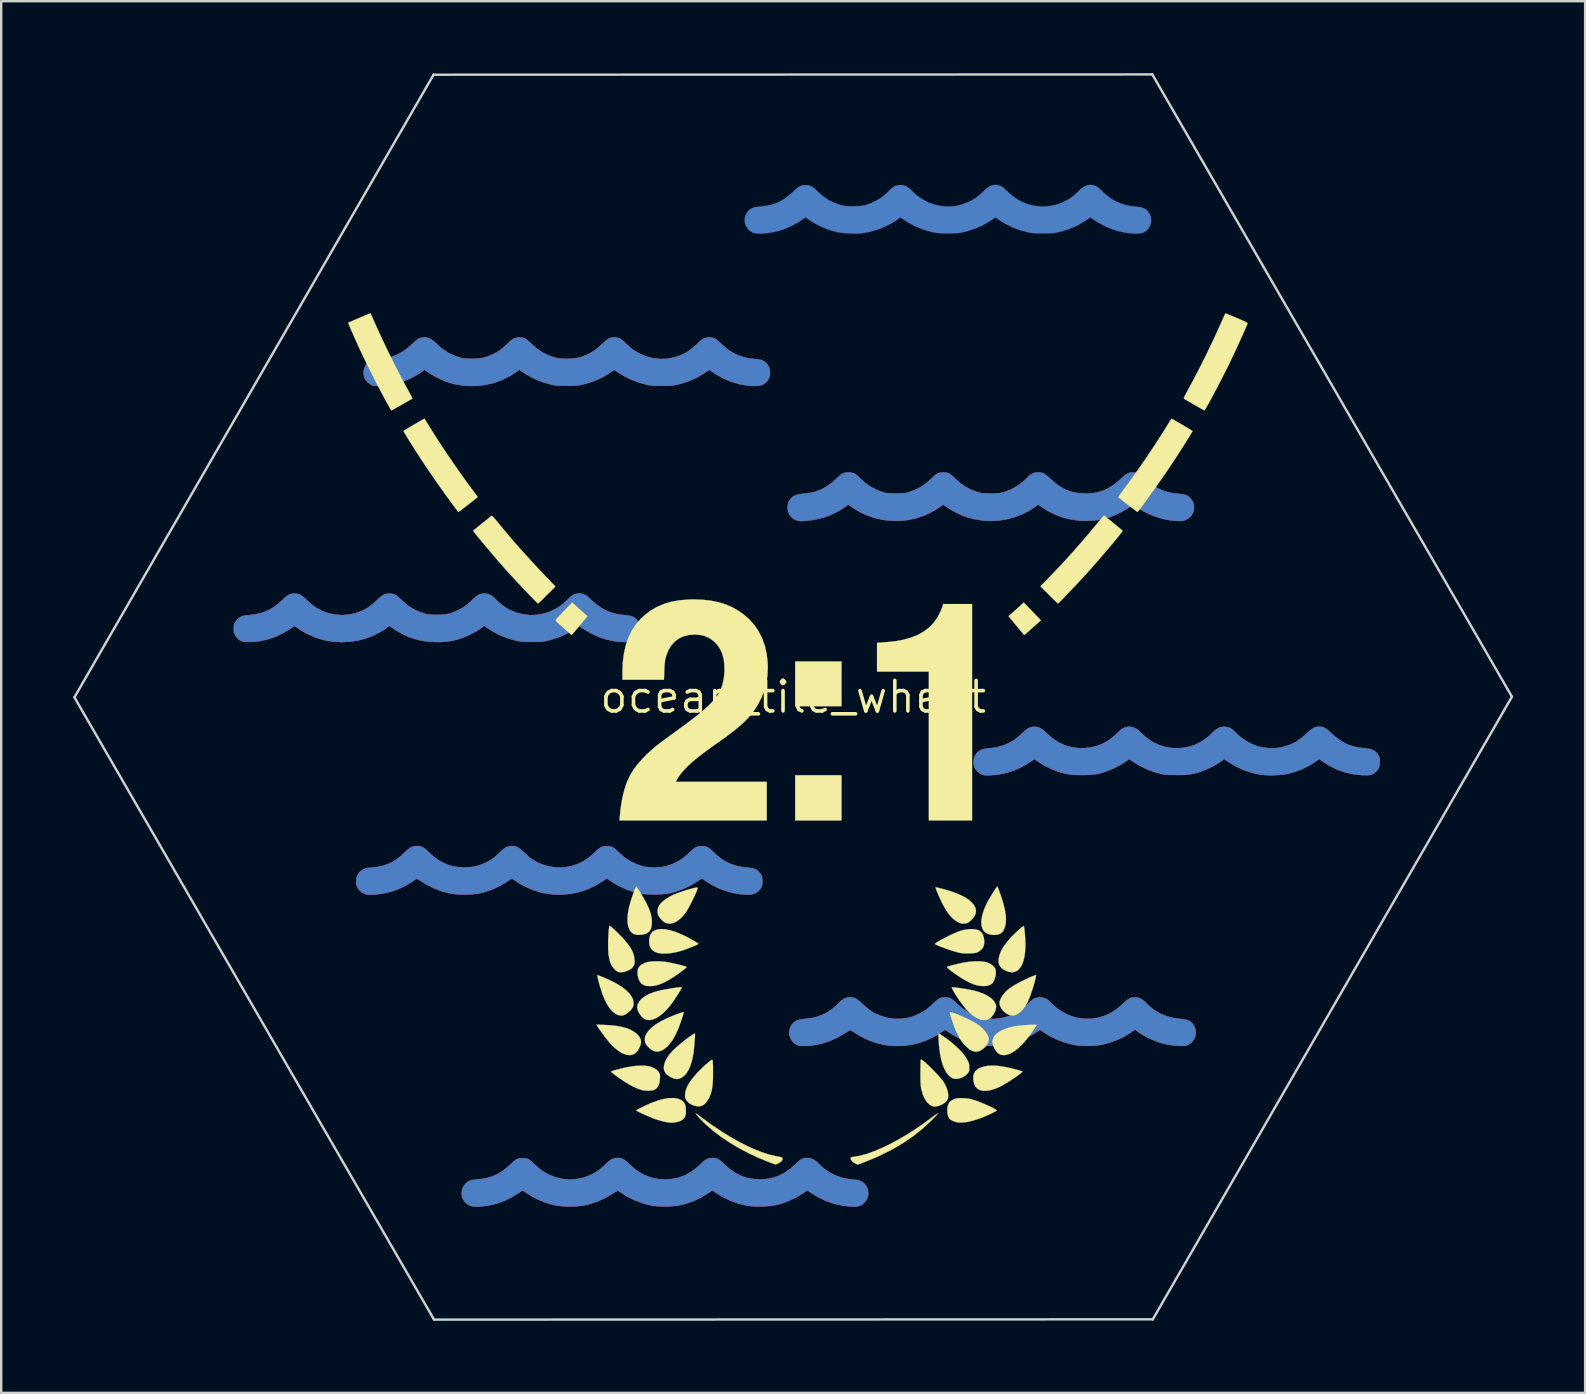
<source format=kicad_pcb>
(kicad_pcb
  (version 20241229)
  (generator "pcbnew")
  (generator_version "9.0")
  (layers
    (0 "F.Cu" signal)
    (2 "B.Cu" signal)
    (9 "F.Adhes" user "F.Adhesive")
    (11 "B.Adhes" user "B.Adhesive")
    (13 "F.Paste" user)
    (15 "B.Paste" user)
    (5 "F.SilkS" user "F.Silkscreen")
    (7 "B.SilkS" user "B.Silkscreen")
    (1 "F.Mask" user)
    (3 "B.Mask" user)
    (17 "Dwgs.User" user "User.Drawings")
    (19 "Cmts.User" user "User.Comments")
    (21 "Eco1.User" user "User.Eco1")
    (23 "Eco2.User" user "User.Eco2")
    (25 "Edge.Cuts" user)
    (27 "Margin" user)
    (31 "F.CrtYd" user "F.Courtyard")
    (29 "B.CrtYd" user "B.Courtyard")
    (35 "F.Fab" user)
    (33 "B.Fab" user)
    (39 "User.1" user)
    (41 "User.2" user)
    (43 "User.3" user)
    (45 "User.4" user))
  (footprint "ocean_tile_wheat"
    (layer "F.Cu")
    (at 29.99 25.984)
    (property "Reference" "ocean_tile_wheat" (at 0 0 0) (layer "F.SilkS") (effects (font (size 1.27 1.27) (thickness 0.15))))
    (attr through_hole)
    (fp_poly (pts (xy 0.634 19.204) (xy 0.754 19.226) (xy 0.862 19.274) (xy 0.968 19.351) (xy 1.053 19.433) (xy 1.276 19.639) (xy 1.52 19.808) (xy 1.783 19.939) (xy 2.065 20.033) (xy 2.362 20.089) (xy 2.48 20.099) (xy 2.635 20.115) (xy 2.757 20.142) (xy 2.855 20.184) (xy 2.937 20.244) (xy 2.985 20.294) (xy 3.071 20.421) (xy 3.119 20.558) (xy 3.129 20.701) (xy 3.102 20.841) (xy 3.039 20.971) (xy 2.966 21.06) (xy 2.884 21.132) (xy 2.8 21.182) (xy 2.704 21.212) (xy 2.588 21.226) (xy 2.442 21.225) (xy 2.401 21.224) (xy 2.044 21.184) (xy 1.694 21.104) (xy 1.355 20.987) (xy 1.034 20.833) (xy 0.785 20.68) (xy 0.594 20.549) (xy 0.399 20.68) (xy 0.088 20.865) (xy -0.236 21.012) (xy -0.581 21.125) (xy -0.769 21.171) (xy -0.927 21.196) (xy -1.114 21.213) (xy -1.317 21.22) (xy -1.524 21.219) (xy -1.723 21.209) (xy -1.901 21.189) (xy -2.002 21.171) (xy -2.34 21.082) (xy -2.653 20.966) (xy -2.949 20.818) (xy -3.158 20.689) (xy -3.365 20.551) (xy -3.573 20.689) (xy -3.871 20.866) (xy -4.179 21.008) (xy -4.505 21.117) (xy -4.72 21.169) (xy -4.87 21.194) (xy -5.048 21.21) (xy -5.243 21.219) (xy -5.442 21.22) (xy -5.633 21.213) (xy -5.804 21.198) (xy -5.915 21.18) (xy -6.278 21.087) (xy -6.626 20.954) (xy -6.962 20.782) (xy -7.286 20.569) (xy -7.29 20.566) (xy -7.321 20.569) (xy -7.381 20.598) (xy -7.469 20.653) (xy -7.491 20.668) (xy -7.805 20.856) (xy -8.141 21.009) (xy -8.498 21.126) (xy -8.678 21.17) (xy -8.842 21.196) (xy -9.035 21.213) (xy -9.242 21.221) (xy -9.453 21.219) (xy -9.655 21.207) (xy -9.835 21.186) (xy -9.921 21.171) (xy -10.284 21.071) (xy -10.628 20.935) (xy -10.953 20.76) (xy -11.062 20.69) (xy -11.143 20.636) (xy -11.21 20.592) (xy -11.256 20.563) (xy -11.273 20.553) (xy -11.291 20.564) (xy -11.338 20.594) (xy -11.405 20.638) (xy -11.476 20.685) (xy -11.746 20.848) (xy -12.024 20.984) (xy -12.141 21.031) (xy -12.312 21.088) (xy -12.494 21.137) (xy -12.681 21.176) (xy -12.866 21.205) (xy -13.04 21.223) (xy -13.196 21.229) (xy -13.328 21.221) (xy -13.426 21.2) (xy -13.569 21.129) (xy -13.68 21.031) (xy -13.759 20.904) (xy -13.8 20.777) (xy -13.811 20.645) (xy -13.787 20.513) (xy -13.734 20.389) (xy -13.656 20.28) (xy -13.558 20.194) (xy -13.445 20.138) (xy -13.369 20.121) (xy -13.311 20.115) (xy -13.225 20.106) (xy -13.123 20.095) (xy -13.052 20.087) (xy -12.78 20.044) (xy -12.529 19.969) (xy -12.293 19.861) (xy -12.066 19.716) (xy -11.844 19.533) (xy -11.779 19.472) (xy -11.678 19.376) (xy -11.596 19.306) (xy -11.528 19.259) (xy -11.463 19.23) (xy -11.395 19.215) (xy -11.314 19.21) (xy -11.271 19.209) (xy -11.186 19.211) (xy -11.116 19.221) (xy -11.053 19.241) (xy -10.989 19.276) (xy -10.918 19.331) (xy -10.83 19.409) (xy -10.754 19.481) (xy -10.666 19.563) (xy -10.576 19.641) (xy -10.496 19.707) (xy -10.435 19.751) (xy -10.177 19.897) (xy -9.908 20.004) (xy -9.63 20.072) (xy -9.347 20.1) (xy -9.064 20.087) (xy -8.784 20.034) (xy -8.678 20.002) (xy -8.463 19.921) (xy -8.27 19.823) (xy -8.086 19.701) (xy -7.903 19.549) (xy -7.825 19.476) (xy -7.721 19.378) (xy -7.637 19.308) (xy -7.565 19.26) (xy -7.498 19.229) (xy -7.427 19.211) (xy -7.365 19.204) (xy -7.266 19.201) (xy -7.178 19.214) (xy -7.092 19.246) (xy -7.003 19.302) (xy -6.901 19.385) (xy -6.807 19.472) (xy -6.686 19.585) (xy -6.584 19.673) (xy -6.49 19.745) (xy -6.394 19.806) (xy -6.285 19.864) (xy -6.195 19.907) (xy -5.99 19.993) (xy -5.795 20.051) (xy -5.593 20.083) (xy -5.371 20.094) (xy -5.345 20.095) (xy -5.053 20.077) (xy -4.781 20.023) (xy -4.525 19.931) (xy -4.281 19.801) (xy -4.047 19.631) (xy -3.872 19.473) (xy -3.766 19.372) (xy -3.678 19.3) (xy -3.599 19.251) (xy -3.523 19.222) (xy -3.44 19.206) (xy -3.405 19.202) (xy -3.302 19.201) (xy -3.212 19.216) (xy -3.126 19.252) (xy -3.035 19.312) (xy -2.932 19.401) (xy -2.874 19.457) (xy -2.643 19.661) (xy -2.407 19.825) (xy -2.162 19.948) (xy -1.905 20.033) (xy -1.634 20.081) (xy -1.386 20.094) (xy -1.102 20.077) (xy -0.835 20.025) (xy -0.584 19.936) (xy -0.343 19.81) (xy -0.11 19.643) (xy 0.098 19.457) (xy 0.211 19.351) (xy 0.309 19.277) (xy 0.399 19.229) (xy 0.489 19.205) (xy 0.587 19.201) (xy 0.634 19.204)) (stroke (width 0.01) (type solid)) (fill yes) (layer "F.Cu"))
    (fp_poly (pts (xy 2.32 -9.355) (xy 2.427 -9.346) (xy 2.524 -9.316) (xy 2.619 -9.261) (xy 2.72 -9.175) (xy 2.781 -9.116) (xy 3.005 -8.912) (xy 3.243 -8.746) (xy 3.5 -8.616) (xy 3.719 -8.537) (xy 3.791 -8.516) (xy 3.853 -8.5) (xy 3.916 -8.49) (xy 3.988 -8.484) (xy 4.079 -8.481) (xy 4.198 -8.48) (xy 4.276 -8.479) (xy 4.413 -8.48) (xy 4.518 -8.482) (xy 4.599 -8.486) (xy 4.666 -8.494) (xy 4.727 -8.507) (xy 4.792 -8.525) (xy 4.832 -8.537) (xy 5.091 -8.633) (xy 5.326 -8.756) (xy 5.547 -8.911) (xy 5.756 -9.097) (xy 5.86 -9.197) (xy 5.947 -9.267) (xy 6.026 -9.314) (xy 6.104 -9.341) (xy 6.191 -9.353) (xy 6.255 -9.355) (xy 6.353 -9.35) (xy 6.436 -9.333) (xy 6.514 -9.299) (xy 6.595 -9.243) (xy 6.687 -9.161) (xy 6.752 -9.098) (xy 6.971 -8.903) (xy 7.199 -8.746) (xy 7.445 -8.621) (xy 7.677 -8.537) (xy 7.749 -8.516) (xy 7.811 -8.5) (xy 7.874 -8.49) (xy 7.946 -8.484) (xy 8.037 -8.481) (xy 8.156 -8.48) (xy 8.234 -8.479) (xy 8.372 -8.48) (xy 8.476 -8.482) (xy 8.557 -8.486) (xy 8.624 -8.494) (xy 8.685 -8.507) (xy 8.751 -8.525) (xy 8.79 -8.537) (xy 9.066 -8.641) (xy 9.319 -8.779) (xy 9.554 -8.952) (xy 9.729 -9.116) (xy 9.838 -9.219) (xy 9.935 -9.29) (xy 10.03 -9.333) (xy 10.13 -9.353) (xy 10.189 -9.355) (xy 10.279 -9.353) (xy 10.354 -9.342) (xy 10.423 -9.318) (xy 10.494 -9.277) (xy 10.573 -9.216) (xy 10.671 -9.129) (xy 10.722 -9.081) (xy 10.94 -8.893) (xy 11.155 -8.742) (xy 11.372 -8.628) (xy 11.598 -8.547) (xy 11.84 -8.496) (xy 12.097 -8.473) (xy 12.386 -8.477) (xy 12.653 -8.516) (xy 12.905 -8.59) (xy 13.143 -8.701) (xy 13.374 -8.852) (xy 13.601 -9.042) (xy 13.619 -9.06) (xy 13.734 -9.166) (xy 13.828 -9.244) (xy 13.909 -9.297) (xy 13.984 -9.331) (xy 14.061 -9.349) (xy 14.147 -9.355) (xy 14.161 -9.355) (xy 14.259 -9.349) (xy 14.346 -9.328) (xy 14.43 -9.289) (xy 14.52 -9.226) (xy 14.624 -9.136) (xy 14.679 -9.083) (xy 14.89 -8.895) (xy 15.1 -8.746) (xy 15.317 -8.631) (xy 15.548 -8.548) (xy 15.801 -8.494) (xy 16.031 -8.467) (xy 16.196 -8.449) (xy 16.325 -8.42) (xy 16.428 -8.378) (xy 16.51 -8.32) (xy 16.58 -8.243) (xy 16.584 -8.237) (xy 16.659 -8.101) (xy 16.696 -7.96) (xy 16.696 -7.82) (xy 16.661 -7.686) (xy 16.593 -7.565) (xy 16.496 -7.463) (xy 16.369 -7.385) (xy 16.284 -7.353) (xy 16.192 -7.335) (xy 16.079 -7.33) (xy 15.939 -7.336) (xy 15.767 -7.355) (xy 15.6 -7.379) (xy 15.352 -7.433) (xy 15.091 -7.515) (xy 14.83 -7.62) (xy 14.583 -7.742) (xy 14.362 -7.877) (xy 14.32 -7.906) (xy 14.166 -8.017) (xy 13.999 -7.901) (xy 13.688 -7.711) (xy 13.36 -7.558) (xy 13.021 -7.445) (xy 12.672 -7.371) (xy 12.317 -7.336) (xy 11.959 -7.342) (xy 11.602 -7.389) (xy 11.248 -7.476) (xy 11.197 -7.493) (xy 10.96 -7.579) (xy 10.742 -7.68) (xy 10.525 -7.804) (xy 10.407 -7.881) (xy 10.203 -8.017) (xy 10.092 -7.934) (xy 9.818 -7.754) (xy 9.518 -7.604) (xy 9.199 -7.485) (xy 8.868 -7.398) (xy 8.53 -7.347) (xy 8.193 -7.332) (xy 7.959 -7.344) (xy 7.59 -7.399) (xy 7.239 -7.492) (xy 6.905 -7.623) (xy 6.585 -7.794) (xy 6.45 -7.881) (xy 6.253 -8.015) (xy 6.106 -7.911) (xy 5.799 -7.72) (xy 5.476 -7.567) (xy 5.139 -7.452) (xy 4.794 -7.375) (xy 4.442 -7.338) (xy 4.088 -7.339) (xy 3.734 -7.38) (xy 3.385 -7.46) (xy 3.044 -7.581) (xy 3.009 -7.596) (xy 2.837 -7.678) (xy 2.661 -7.775) (xy 2.498 -7.877) (xy 2.397 -7.949) (xy 2.303 -8.021) (xy 2.194 -7.942) (xy 1.884 -7.742) (xy 1.56 -7.582) (xy 1.22 -7.462) (xy 0.864 -7.38) (xy 0.603 -7.346) (xy 0.48 -7.335) (xy 0.39 -7.328) (xy 0.323 -7.327) (xy 0.271 -7.331) (xy 0.224 -7.339) (xy 0.201 -7.344) (xy 0.051 -7.402) (xy -0.07 -7.489) (xy -0.158 -7.602) (xy -0.213 -7.738) (xy -0.232 -7.895) (xy -0.232 -7.895) (xy -0.216 -8.042) (xy -0.167 -8.169) (xy -0.088 -8.28) (xy -0.015 -8.347) (xy 0.076 -8.397) (xy 0.191 -8.433) (xy 0.336 -8.457) (xy 0.441 -8.467) (xy 0.707 -8.501) (xy 0.95 -8.56) (xy 1.177 -8.649) (xy 1.396 -8.77) (xy 1.611 -8.926) (xy 1.81 -9.102) (xy 1.914 -9.198) (xy 1.999 -9.266) (xy 2.073 -9.312) (xy 2.145 -9.339) (xy 2.224 -9.352) (xy 2.319 -9.355) (xy 2.32 -9.355)) (stroke (width 0.01) (type solid)) (fill yes) (layer "F.Cu"))
    (fp_poly (pts (xy 14.103 1.248) (xy 14.196 1.273) (xy 14.287 1.32) (xy 14.385 1.393) (xy 14.498 1.497) (xy 14.513 1.513) (xy 14.74 1.713) (xy 14.976 1.874) (xy 15.224 1.994) (xy 15.488 2.077) (xy 15.77 2.123) (xy 15.896 2.131) (xy 16.189 2.125) (xy 16.467 2.079) (xy 16.731 1.995) (xy 16.983 1.87) (xy 17.224 1.705) (xy 17.431 1.524) (xy 17.544 1.418) (xy 17.639 1.341) (xy 17.723 1.289) (xy 17.804 1.258) (xy 17.889 1.243) (xy 17.949 1.24) (xy 18.078 1.251) (xy 18.191 1.288) (xy 18.297 1.356) (xy 18.408 1.46) (xy 18.409 1.461) (xy 18.606 1.645) (xy 18.83 1.807) (xy 19.069 1.942) (xy 19.316 2.043) (xy 19.42 2.074) (xy 19.594 2.109) (xy 19.789 2.129) (xy 19.99 2.134) (xy 20.18 2.123) (xy 20.285 2.108) (xy 20.527 2.049) (xy 20.748 1.968) (xy 20.957 1.859) (xy 21.161 1.719) (xy 21.367 1.542) (xy 21.396 1.515) (xy 21.505 1.416) (xy 21.592 1.343) (xy 21.667 1.293) (xy 21.735 1.262) (xy 21.806 1.246) (xy 21.886 1.241) (xy 21.907 1.24) (xy 21.999 1.245) (xy 22.077 1.261) (xy 22.151 1.293) (xy 22.229 1.345) (xy 22.32 1.422) (xy 22.395 1.492) (xy 22.617 1.687) (xy 22.838 1.843) (xy 23.063 1.964) (xy 23.299 2.051) (xy 23.552 2.108) (xy 23.791 2.136) (xy 23.955 2.154) (xy 24.085 2.182) (xy 24.188 2.226) (xy 24.271 2.289) (xy 24.343 2.374) (xy 24.379 2.431) (xy 24.41 2.489) (xy 24.427 2.543) (xy 24.435 2.61) (xy 24.437 2.699) (xy 24.429 2.832) (xy 24.401 2.938) (xy 24.348 3.03) (xy 24.272 3.115) (xy 24.208 3.171) (xy 24.144 3.211) (xy 24.072 3.238) (xy 23.983 3.252) (xy 23.869 3.257) (xy 23.723 3.254) (xy 23.701 3.253) (xy 23.345 3.218) (xy 23.003 3.143) (xy 22.673 3.028) (xy 22.353 2.872) (xy 22.109 2.72) (xy 21.908 2.584) (xy 21.753 2.695) (xy 21.512 2.848) (xy 21.242 2.984) (xy 20.954 3.098) (xy 20.659 3.185) (xy 20.638 3.19) (xy 20.464 3.222) (xy 20.262 3.244) (xy 20.045 3.256) (xy 19.826 3.258) (xy 19.619 3.248) (xy 19.441 3.229) (xy 19.103 3.155) (xy 18.768 3.043) (xy 18.445 2.894) (xy 18.147 2.716) (xy 17.944 2.58) (xy 17.899 2.621) (xy 17.815 2.688) (xy 17.7 2.763) (xy 17.563 2.843) (xy 17.413 2.922) (xy 17.259 2.995) (xy 17.111 3.058) (xy 17.037 3.086) (xy 16.87 3.142) (xy 16.718 3.184) (xy 16.57 3.214) (xy 16.415 3.233) (xy 16.243 3.245) (xy 16.043 3.249) (xy 15.981 3.249) (xy 15.812 3.248) (xy 15.677 3.245) (xy 15.568 3.239) (xy 15.477 3.23) (xy 15.397 3.217) (xy 15.367 3.211) (xy 15.053 3.127) (xy 14.743 3.012) (xy 14.449 2.871) (xy 14.181 2.709) (xy 14.171 2.701) (xy 14.092 2.648) (xy 14.039 2.616) (xy 14.004 2.602) (xy 13.98 2.603) (xy 13.959 2.614) (xy 13.673 2.803) (xy 13.391 2.955) (xy 13.108 3.074) (xy 13.031 3.101) (xy 12.879 3.15) (xy 12.746 3.186) (xy 12.623 3.213) (xy 12.497 3.231) (xy 12.36 3.242) (xy 12.201 3.248) (xy 12.023 3.249) (xy 11.866 3.249) (xy 11.743 3.246) (xy 11.645 3.242) (xy 11.562 3.234) (xy 11.485 3.223) (xy 11.406 3.208) (xy 11.369 3.2) (xy 11.047 3.111) (xy 10.738 2.993) (xy 10.451 2.849) (xy 10.211 2.697) (xy 10.055 2.585) (xy 9.855 2.718) (xy 9.547 2.901) (xy 9.226 3.048) (xy 8.897 3.157) (xy 8.563 3.228) (xy 8.229 3.258) (xy 8.149 3.26) (xy 8.045 3.259) (xy 7.97 3.255) (xy 7.914 3.245) (xy 7.865 3.228) (xy 7.811 3.202) (xy 7.808 3.201) (xy 7.7 3.126) (xy 7.61 3.029) (xy 7.549 2.921) (xy 7.536 2.883) (xy 7.514 2.733) (xy 7.527 2.585) (xy 7.574 2.448) (xy 7.652 2.33) (xy 7.694 2.288) (xy 7.763 2.235) (xy 7.833 2.196) (xy 7.915 2.169) (xy 8.019 2.15) (xy 8.154 2.137) (xy 8.169 2.135) (xy 8.465 2.097) (xy 8.736 2.026) (xy 8.987 1.92) (xy 9.224 1.778) (xy 9.451 1.596) (xy 9.544 1.507) (xy 9.655 1.403) (xy 9.75 1.329) (xy 9.836 1.28) (xy 9.924 1.252) (xy 10.02 1.242) (xy 10.054 1.241) (xy 10.143 1.246) (xy 10.222 1.265) (xy 10.301 1.3) (xy 10.385 1.357) (xy 10.482 1.438) (xy 10.583 1.533) (xy 10.817 1.733) (xy 11.062 1.893) (xy 11.318 2.011) (xy 11.586 2.09) (xy 11.868 2.129) (xy 12.118 2.131) (xy 12.403 2.1) (xy 12.668 2.036) (xy 12.916 1.936) (xy 13.151 1.798) (xy 13.376 1.622) (xy 13.513 1.492) (xy 13.627 1.385) (xy 13.73 1.311) (xy 13.828 1.265) (xy 13.932 1.243) (xy 14.002 1.24) (xy 14.103 1.248)) (stroke (width 0.01) (type solid)) (fill yes) (layer "F.Cu"))
    (fp_poly (pts (xy -8.814 -4.304) (xy -8.743 -4.284) (xy -8.689 -4.265) (xy -8.637 -4.237) (xy -8.578 -4.194) (xy -8.506 -4.131) (xy -8.425 -4.055) (xy -8.203 -3.86) (xy -7.982 -3.704) (xy -7.756 -3.584) (xy -7.518 -3.496) (xy -7.261 -3.438) (xy -7.017 -3.41) (xy -6.865 -3.393) (xy -6.746 -3.368) (xy -6.652 -3.331) (xy -6.574 -3.278) (xy -6.51 -3.212) (xy -6.428 -3.087) (xy -6.383 -2.949) (xy -6.375 -2.807) (xy -6.402 -2.667) (xy -6.465 -2.537) (xy -6.557 -2.43) (xy -6.631 -2.371) (xy -6.705 -2.329) (xy -6.789 -2.303) (xy -6.891 -2.291) (xy -7.022 -2.289) (xy -7.107 -2.292) (xy -7.464 -2.328) (xy -7.812 -2.405) (xy -8.15 -2.524) (xy -8.476 -2.682) (xy -8.705 -2.823) (xy -8.912 -2.961) (xy -9.113 -2.825) (xy -9.419 -2.643) (xy -9.75 -2.494) (xy -10.106 -2.379) (xy -10.288 -2.335) (xy -10.367 -2.32) (xy -10.454 -2.31) (xy -10.555 -2.302) (xy -10.68 -2.298) (xy -10.836 -2.297) (xy -10.89 -2.297) (xy -11.045 -2.297) (xy -11.167 -2.3) (xy -11.265 -2.304) (xy -11.349 -2.312) (xy -11.426 -2.324) (xy -11.508 -2.34) (xy -11.533 -2.346) (xy -11.899 -2.448) (xy -12.245 -2.588) (xy -12.569 -2.763) (xy -12.798 -2.919) (xy -12.865 -2.968) (xy -12.98 -2.883) (xy -13.199 -2.738) (xy -13.446 -2.606) (xy -13.707 -2.492) (xy -13.966 -2.403) (xy -14.076 -2.374) (xy -14.252 -2.335) (xy -14.414 -2.309) (xy -14.576 -2.294) (xy -14.752 -2.289) (xy -14.955 -2.292) (xy -14.962 -2.292) (xy -15.304 -2.319) (xy -15.624 -2.378) (xy -15.929 -2.47) (xy -16.226 -2.598) (xy -16.523 -2.765) (xy -16.634 -2.837) (xy -16.83 -2.968) (xy -16.877 -2.926) (xy -16.969 -2.853) (xy -17.093 -2.772) (xy -17.241 -2.689) (xy -17.402 -2.607) (xy -17.57 -2.53) (xy -17.735 -2.465) (xy -17.823 -2.434) (xy -18.145 -2.35) (xy -18.483 -2.3) (xy -18.828 -2.286) (xy -19.173 -2.307) (xy -19.51 -2.363) (xy -19.77 -2.434) (xy -19.948 -2.499) (xy -20.138 -2.582) (xy -20.324 -2.675) (xy -20.493 -2.772) (xy -20.602 -2.845) (xy -20.768 -2.964) (xy -20.961 -2.835) (xy -21.276 -2.646) (xy -21.594 -2.498) (xy -21.918 -2.391) (xy -22.251 -2.323) (xy -22.574 -2.295) (xy -22.708 -2.292) (xy -22.807 -2.293) (xy -22.879 -2.298) (xy -22.932 -2.309) (xy -22.953 -2.316) (xy -23.081 -2.385) (xy -23.184 -2.485) (xy -23.259 -2.607) (xy -23.299 -2.745) (xy -23.305 -2.82) (xy -23.295 -2.959) (xy -23.262 -3.071) (xy -23.202 -3.171) (xy -23.171 -3.209) (xy -23.102 -3.28) (xy -23.031 -3.331) (xy -22.95 -3.367) (xy -22.848 -3.391) (xy -22.716 -3.407) (xy -22.669 -3.41) (xy -22.369 -3.449) (xy -22.095 -3.519) (xy -21.842 -3.623) (xy -21.606 -3.763) (xy -21.383 -3.941) (xy -21.289 -4.03) (xy -21.178 -4.135) (xy -21.086 -4.21) (xy -21.003 -4.261) (xy -20.922 -4.29) (xy -20.836 -4.303) (xy -20.786 -4.305) (xy -20.695 -4.303) (xy -20.618 -4.291) (xy -20.548 -4.266) (xy -20.476 -4.223) (xy -20.395 -4.159) (xy -20.295 -4.069) (xy -20.257 -4.033) (xy -20.15 -3.935) (xy -20.037 -3.841) (xy -19.932 -3.76) (xy -19.855 -3.708) (xy -19.601 -3.576) (xy -19.334 -3.483) (xy -19.058 -3.428) (xy -18.778 -3.411) (xy -18.499 -3.433) (xy -18.224 -3.492) (xy -17.958 -3.591) (xy -17.737 -3.708) (xy -17.647 -3.77) (xy -17.54 -3.853) (xy -17.428 -3.948) (xy -17.335 -4.033) (xy -17.228 -4.132) (xy -17.141 -4.205) (xy -17.067 -4.254) (xy -16.997 -4.284) (xy -16.924 -4.3) (xy -16.839 -4.305) (xy -16.806 -4.305) (xy -16.708 -4.298) (xy -16.621 -4.275) (xy -16.535 -4.231) (xy -16.444 -4.163) (xy -16.339 -4.066) (xy -16.307 -4.035) (xy -16.087 -3.839) (xy -15.853 -3.681) (xy -15.598 -3.556) (xy -15.333 -3.468) (xy -15.256 -3.449) (xy -15.181 -3.436) (xy -15.096 -3.428) (xy -14.991 -3.423) (xy -14.856 -3.422) (xy -14.838 -3.422) (xy -14.652 -3.426) (xy -14.496 -3.439) (xy -14.357 -3.463) (xy -14.223 -3.503) (xy -14.08 -3.559) (xy -13.975 -3.608) (xy -13.856 -3.668) (xy -13.757 -3.723) (xy -13.667 -3.783) (xy -13.577 -3.853) (xy -13.477 -3.94) (xy -13.364 -4.045) (xy -13.272 -4.131) (xy -13.202 -4.192) (xy -13.146 -4.234) (xy -13.096 -4.262) (xy -13.045 -4.282) (xy -13.026 -4.288) (xy -12.873 -4.312) (xy -12.726 -4.294) (xy -12.586 -4.236) (xy -12.456 -4.137) (xy -12.396 -4.074) (xy -12.305 -3.982) (xy -12.188 -3.882) (xy -12.058 -3.783) (xy -11.926 -3.695) (xy -11.813 -3.631) (xy -11.545 -3.519) (xy -11.268 -3.447) (xy -10.985 -3.413) (xy -10.701 -3.419) (xy -10.421 -3.465) (xy -10.15 -3.55) (xy -10.04 -3.598) (xy -9.901 -3.667) (xy -9.779 -3.739) (xy -9.663 -3.822) (xy -9.541 -3.923) (xy -9.408 -4.045) (xy -9.314 -4.133) (xy -9.242 -4.195) (xy -9.185 -4.237) (xy -9.133 -4.265) (xy -9.081 -4.284) (xy -9.079 -4.285) (xy -8.98 -4.309) (xy -8.899 -4.316) (xy -8.814 -4.304)) (stroke (width 0.01) (type solid)) (fill yes) (layer "F.Cu"))
    (fp_poly (pts (xy -15.534 6.224) (xy -15.497 6.235) (xy -15.445 6.254) (xy -15.393 6.282) (xy -15.335 6.325) (xy -15.261 6.388) (xy -15.17 6.473) (xy -15.031 6.6) (xy -14.908 6.701) (xy -14.789 6.785) (xy -14.663 6.858) (xy -14.532 6.923) (xy -14.343 7.002) (xy -14.157 7.055) (xy -13.961 7.086) (xy -13.743 7.098) (xy -13.695 7.099) (xy -13.474 7.091) (xy -13.279 7.065) (xy -13.095 7.017) (xy -12.908 6.946) (xy -12.835 6.912) (xy -12.716 6.854) (xy -12.616 6.798) (xy -12.525 6.738) (xy -12.433 6.666) (xy -12.331 6.577) (xy -12.222 6.475) (xy -12.127 6.387) (xy -12.055 6.325) (xy -11.996 6.282) (xy -11.945 6.254) (xy -11.893 6.235) (xy -11.893 6.235) (xy -11.78 6.208) (xy -11.681 6.205) (xy -11.575 6.225) (xy -11.538 6.235) (xy -11.486 6.254) (xy -11.435 6.281) (xy -11.378 6.323) (xy -11.307 6.384) (xy -11.215 6.47) (xy -11.211 6.474) (xy -11.123 6.556) (xy -11.037 6.634) (xy -10.961 6.699) (xy -10.904 6.743) (xy -10.897 6.748) (xy -10.664 6.884) (xy -10.411 6.989) (xy -10.146 7.062) (xy -9.876 7.101) (xy -9.611 7.104) (xy -9.496 7.092) (xy -9.22 7.039) (xy -8.964 6.952) (xy -8.722 6.831) (xy -8.49 6.672) (xy -8.266 6.476) (xy -8.163 6.379) (xy -8.082 6.31) (xy -8.013 6.262) (xy -7.948 6.233) (xy -7.88 6.219) (xy -7.8 6.213) (xy -7.768 6.213) (xy -7.672 6.217) (xy -7.591 6.232) (xy -7.517 6.262) (xy -7.44 6.312) (xy -7.353 6.386) (xy -7.261 6.475) (xy -7.028 6.679) (xy -6.779 6.844) (xy -6.512 6.971) (xy -6.227 7.062) (xy -6.221 7.063) (xy -6.089 7.086) (xy -5.929 7.098) (xy -5.757 7.101) (xy -5.586 7.093) (xy -5.43 7.077) (xy -5.309 7.053) (xy -5.044 6.966) (xy -4.805 6.853) (xy -4.584 6.71) (xy -4.37 6.531) (xy -4.326 6.488) (xy -4.22 6.388) (xy -4.134 6.315) (xy -4.06 6.265) (xy -3.99 6.234) (xy -3.916 6.219) (xy -3.83 6.214) (xy -3.81 6.213) (xy -3.717 6.217) (xy -3.639 6.231) (xy -3.566 6.261) (xy -3.492 6.309) (xy -3.406 6.381) (xy -3.301 6.481) (xy -3.301 6.481) (xy -3.08 6.677) (xy -2.849 6.833) (xy -2.605 6.953) (xy -2.341 7.04) (xy -2.054 7.094) (xy -1.903 7.109) (xy -1.769 7.122) (xy -1.666 7.141) (xy -1.586 7.167) (xy -1.518 7.205) (xy -1.453 7.258) (xy -1.443 7.268) (xy -1.363 7.357) (xy -1.312 7.452) (xy -1.287 7.564) (xy -1.281 7.673) (xy -1.29 7.807) (xy -1.32 7.914) (xy -1.376 8.007) (xy -1.443 8.079) (xy -1.537 8.153) (xy -1.64 8.201) (xy -1.763 8.227) (xy -1.892 8.233) (xy -2.2 8.215) (xy -2.515 8.16) (xy -2.831 8.071) (xy -3.14 7.95) (xy -3.432 7.801) (xy -3.617 7.684) (xy -3.806 7.555) (xy -3.979 7.673) (xy -4.283 7.855) (xy -4.609 8.007) (xy -4.95 8.124) (xy -5.15 8.175) (xy -5.299 8.199) (xy -5.476 8.216) (xy -5.671 8.224) (xy -5.872 8.225) (xy -6.067 8.218) (xy -6.246 8.203) (xy -6.396 8.18) (xy -6.417 8.176) (xy -6.776 8.077) (xy -7.111 7.944) (xy -7.428 7.776) (xy -7.559 7.693) (xy -7.765 7.556) (xy -7.967 7.693) (xy -8.274 7.876) (xy -8.599 8.022) (xy -8.938 8.13) (xy -9.287 8.201) (xy -9.642 8.232) (xy -10 8.224) (xy -10.356 8.175) (xy -10.526 8.137) (xy -10.801 8.053) (xy -11.074 7.941) (xy -11.333 7.808) (xy -11.565 7.66) (xy -11.597 7.636) (xy -11.672 7.586) (xy -11.72 7.566) (xy -11.739 7.569) (xy -11.984 7.732) (xy -12.213 7.865) (xy -12.435 7.974) (xy -12.659 8.062) (xy -12.894 8.134) (xy -13.102 8.184) (xy -13.223 8.202) (xy -13.374 8.216) (xy -13.546 8.223) (xy -13.727 8.225) (xy -13.906 8.221) (xy -14.072 8.211) (xy -14.214 8.195) (xy -14.276 8.184) (xy -14.64 8.091) (xy -14.983 7.96) (xy -15.307 7.793) (xy -15.465 7.693) (xy -15.558 7.634) (xy -15.631 7.592) (xy -15.68 7.571) (xy -15.697 7.571) (xy -15.895 7.709) (xy -16.118 7.841) (xy -16.349 7.958) (xy -16.498 8.021) (xy -16.658 8.078) (xy -16.833 8.127) (xy -17.015 8.169) (xy -17.198 8.201) (xy -17.374 8.223) (xy -17.535 8.234) (xy -17.676 8.233) (xy -17.787 8.219) (xy -17.834 8.206) (xy -17.975 8.131) (xy -18.085 8.029) (xy -18.117 7.987) (xy -18.166 7.899) (xy -18.194 7.812) (xy -18.202 7.71) (xy -18.198 7.606) (xy -18.167 7.463) (xy -18.1 7.339) (xy -18.004 7.239) (xy -17.882 7.165) (xy -17.739 7.122) (xy -17.636 7.113) (xy -17.49 7.104) (xy -17.325 7.081) (xy -17.161 7.047) (xy -17.078 7.025) (xy -16.876 6.956) (xy -16.689 6.867) (xy -16.509 6.754) (xy -16.328 6.611) (xy -16.181 6.477) (xy -16.087 6.389) (xy -16.016 6.327) (xy -15.959 6.284) (xy -15.908 6.256) (xy -15.857 6.237) (xy -15.852 6.235) (xy -15.739 6.209) (xy -15.64 6.205) (xy -15.534 6.224)) (stroke (width 0.01) (type solid)) (fill yes) (layer "F.Cu"))
    (fp_poly (pts (xy 6.427 12.516) (xy 6.514 12.538) (xy 6.598 12.581) (xy 6.689 12.648) (xy 6.795 12.744) (xy 6.819 12.768) (xy 7.051 12.971) (xy 7.298 13.136) (xy 7.557 13.264) (xy 7.825 13.352) (xy 8.099 13.402) (xy 8.377 13.412) (xy 8.656 13.381) (xy 8.933 13.311) (xy 9.205 13.199) (xy 9.218 13.192) (xy 9.329 13.134) (xy 9.425 13.075) (xy 9.516 13.009) (xy 9.612 12.929) (xy 9.724 12.826) (xy 9.758 12.794) (xy 9.863 12.696) (xy 9.948 12.624) (xy 10.019 12.575) (xy 10.086 12.543) (xy 10.156 12.525) (xy 10.236 12.515) (xy 10.247 12.514) (xy 10.374 12.518) (xy 10.489 12.55) (xy 10.601 12.614) (xy 10.716 12.714) (xy 10.742 12.741) (xy 10.967 12.947) (xy 11.213 13.118) (xy 11.477 13.251) (xy 11.754 13.346) (xy 11.761 13.348) (xy 11.97 13.388) (xy 12.197 13.406) (xy 12.424 13.402) (xy 12.637 13.375) (xy 12.706 13.36) (xy 12.971 13.279) (xy 13.211 13.171) (xy 13.435 13.031) (xy 13.652 12.854) (xy 13.727 12.783) (xy 13.84 12.677) (xy 13.937 12.601) (xy 14.024 12.551) (xy 14.11 12.522) (xy 14.201 12.511) (xy 14.235 12.51) (xy 14.329 12.517) (xy 14.416 12.539) (xy 14.501 12.581) (xy 14.593 12.648) (xy 14.701 12.743) (xy 14.741 12.781) (xy 14.83 12.864) (xy 14.924 12.945) (xy 15.01 13.015) (xy 15.068 13.058) (xy 15.311 13.198) (xy 15.576 13.304) (xy 15.859 13.376) (xy 16.133 13.41) (xy 16.305 13.43) (xy 16.443 13.468) (xy 16.552 13.525) (xy 16.629 13.595) (xy 16.714 13.726) (xy 16.761 13.865) (xy 16.771 14.008) (xy 16.745 14.147) (xy 16.684 14.277) (xy 16.591 14.39) (xy 16.465 14.481) (xy 16.458 14.485) (xy 16.418 14.504) (xy 16.376 14.517) (xy 16.323 14.525) (xy 16.25 14.528) (xy 16.147 14.529) (xy 16.097 14.528) (xy 15.772 14.507) (xy 15.452 14.447) (xy 15.135 14.349) (xy 14.814 14.21) (xy 14.753 14.179) (xy 14.645 14.121) (xy 14.535 14.057) (xy 14.437 13.997) (xy 14.373 13.953) (xy 14.236 13.852) (xy 14.083 13.961) (xy 13.826 14.124) (xy 13.539 14.266) (xy 13.231 14.383) (xy 12.91 14.472) (xy 12.869 14.481) (xy 12.703 14.508) (xy 12.509 14.525) (xy 12.3 14.532) (xy 12.089 14.529) (xy 11.889 14.517) (xy 11.712 14.494) (xy 11.651 14.482) (xy 11.287 14.385) (xy 10.947 14.253) (xy 10.629 14.087) (xy 10.482 13.994) (xy 10.404 13.942) (xy 10.339 13.9) (xy 10.295 13.872) (xy 10.281 13.864) (xy 10.261 13.875) (xy 10.214 13.905) (xy 10.146 13.95) (xy 10.067 14.002) (xy 9.753 14.187) (xy 9.417 14.335) (xy 9.063 14.447) (xy 8.869 14.491) (xy 8.714 14.513) (xy 8.531 14.526) (xy 8.332 14.531) (xy 8.13 14.528) (xy 7.938 14.516) (xy 7.768 14.496) (xy 7.691 14.482) (xy 7.331 14.385) (xy 6.992 14.254) (xy 6.671 14.085) (xy 6.526 13.993) (xy 6.447 13.941) (xy 6.381 13.899) (xy 6.337 13.872) (xy 6.322 13.864) (xy 6.301 13.876) (xy 6.253 13.907) (xy 6.189 13.952) (xy 6.149 13.98) (xy 5.945 14.109) (xy 5.712 14.229) (xy 5.46 14.335) (xy 5.204 14.421) (xy 4.955 14.482) (xy 4.916 14.489) (xy 4.549 14.534) (xy 4.186 14.536) (xy 3.829 14.496) (xy 3.478 14.415) (xy 3.134 14.293) (xy 2.798 14.129) (xy 2.47 13.924) (xy 2.403 13.877) (xy 2.373 13.878) (xy 2.315 13.905) (xy 2.226 13.959) (xy 2.179 13.99) (xy 1.862 14.178) (xy 1.532 14.327) (xy 1.193 14.437) (xy 0.846 14.506) (xy 0.551 14.532) (xy 0.424 14.535) (xy 0.328 14.532) (xy 0.254 14.522) (xy 0.204 14.508) (xy 0.087 14.45) (xy -0.016 14.359) (xy -0.097 14.244) (xy -0.15 14.115) (xy -0.169 13.981) (xy -0.169 13.981) (xy -0.152 13.856) (xy -0.105 13.73) (xy -0.036 13.62) (xy -0.019 13.6) (xy 0.062 13.526) (xy 0.154 13.473) (xy 0.267 13.438) (xy 0.409 13.416) (xy 0.476 13.41) (xy 0.716 13.384) (xy 0.933 13.338) (xy 1.141 13.268) (xy 1.143 13.267) (xy 1.321 13.188) (xy 1.484 13.096) (xy 1.641 12.983) (xy 1.801 12.844) (xy 1.909 12.741) (xy 2.018 12.64) (xy 2.116 12.571) (xy 2.211 12.53) (xy 2.314 12.512) (xy 2.371 12.509) (xy 2.465 12.515) (xy 2.55 12.536) (xy 2.634 12.576) (xy 2.724 12.638) (xy 2.828 12.728) (xy 2.888 12.784) (xy 3.006 12.895) (xy 3.106 12.981) (xy 3.196 13.05) (xy 3.288 13.11) (xy 3.389 13.166) (xy 3.44 13.192) (xy 3.687 13.296) (xy 3.948 13.368) (xy 4.211 13.406) (xy 4.469 13.407) (xy 4.553 13.4) (xy 4.727 13.374) (xy 4.875 13.341) (xy 5.018 13.295) (xy 5.171 13.23) (xy 5.218 13.208) (xy 5.342 13.146) (xy 5.446 13.087) (xy 5.541 13.023) (xy 5.636 12.947) (xy 5.743 12.852) (xy 5.828 12.77) (xy 5.941 12.667) (xy 6.037 12.593) (xy 6.125 12.545) (xy 6.214 12.519) (xy 6.311 12.51) (xy 6.329 12.509) (xy 6.427 12.516)) (stroke (width 0.01) (type solid)) (fill yes) (layer "F.Cu"))
    (fp_poly (pts (xy -7.353 -14.972) (xy -7.282 -14.952) (xy -7.228 -14.933) (xy -7.176 -14.905) (xy -7.118 -14.862) (xy -7.045 -14.799) (xy -6.964 -14.723) (xy -6.875 -14.64) (xy -6.783 -14.559) (xy -6.699 -14.49) (xy -6.634 -14.442) (xy -6.377 -14.292) (xy -6.108 -14.182) (xy -5.83 -14.111) (xy -5.547 -14.08) (xy -5.261 -14.09) (xy -4.976 -14.141) (xy -4.815 -14.189) (xy -4.598 -14.275) (xy -4.401 -14.382) (xy -4.213 -14.517) (xy -4.024 -14.684) (xy -4.003 -14.705) (xy -3.924 -14.78) (xy -3.848 -14.847) (xy -3.784 -14.898) (xy -3.745 -14.923) (xy -3.61 -14.969) (xy -3.464 -14.978) (xy -3.336 -14.956) (xy -3.283 -14.938) (xy -3.233 -14.913) (xy -3.179 -14.876) (xy -3.114 -14.821) (xy -3.029 -14.743) (xy -3 -14.715) (xy -2.861 -14.588) (xy -2.737 -14.486) (xy -2.617 -14.403) (xy -2.492 -14.33) (xy -2.364 -14.266) (xy -2.128 -14.174) (xy -1.873 -14.112) (xy -1.602 -14.078) (xy -1.498 -14.068) (xy -1.402 -14.054) (xy -1.326 -14.039) (xy -1.29 -14.028) (xy -1.167 -13.955) (xy -1.071 -13.856) (xy -1.004 -13.737) (xy -0.967 -13.604) (xy -0.961 -13.466) (xy -0.989 -13.33) (xy -1.052 -13.201) (xy -1.093 -13.146) (xy -1.185 -13.059) (xy -1.288 -13) (xy -1.412 -12.966) (xy -1.565 -12.954) (xy -1.581 -12.954) (xy -1.922 -12.975) (xy -2.263 -13.037) (xy -2.598 -13.139) (xy -2.926 -13.28) (xy -3.242 -13.46) (xy -3.329 -13.517) (xy -3.493 -13.629) (xy -3.678 -13.505) (xy -3.993 -13.317) (xy -4.324 -13.166) (xy -4.676 -13.051) (xy -4.829 -13.014) (xy -4.913 -12.996) (xy -4.991 -12.983) (xy -5.071 -12.974) (xy -5.164 -12.969) (xy -5.278 -12.966) (xy -5.422 -12.965) (xy -5.472 -12.965) (xy -5.638 -12.966) (xy -5.771 -12.969) (xy -5.878 -12.975) (xy -5.967 -12.985) (xy -6.048 -12.998) (xy -6.075 -13.004) (xy -6.434 -13.1) (xy -6.768 -13.228) (xy -7.082 -13.39) (xy -7.251 -13.495) (xy -7.451 -13.629) (xy -7.652 -13.493) (xy -7.958 -13.311) (xy -8.289 -13.162) (xy -8.645 -13.047) (xy -8.827 -13.003) (xy -8.907 -12.988) (xy -8.993 -12.978) (xy -9.095 -12.97) (xy -9.22 -12.966) (xy -9.376 -12.965) (xy -9.43 -12.965) (xy -9.585 -12.965) (xy -9.707 -12.968) (xy -9.805 -12.972) (xy -9.888 -12.98) (xy -9.966 -12.992) (xy -10.048 -13.008) (xy -10.073 -13.014) (xy -10.436 -13.115) (xy -10.777 -13.253) (xy -11.099 -13.428) (xy -11.222 -13.509) (xy -11.407 -13.634) (xy -11.519 -13.551) (xy -11.814 -13.359) (xy -12.131 -13.203) (xy -12.465 -13.084) (xy -12.815 -13.003) (xy -13.178 -12.961) (xy -13.391 -12.954) (xy -13.755 -12.974) (xy -14.108 -13.034) (xy -14.45 -13.136) (xy -14.783 -13.278) (xy -15.107 -13.461) (xy -15.174 -13.505) (xy -15.37 -13.636) (xy -15.416 -13.594) (xy -15.48 -13.543) (xy -15.573 -13.48) (xy -15.684 -13.412) (xy -15.804 -13.344) (xy -15.923 -13.281) (xy -15.967 -13.26) (xy -16.26 -13.139) (xy -16.565 -13.046) (xy -16.872 -12.984) (xy -17.17 -12.956) (xy -17.259 -12.954) (xy -17.364 -12.955) (xy -17.438 -12.961) (xy -17.496 -12.972) (xy -17.549 -12.992) (xy -17.585 -13.009) (xy -17.708 -13.091) (xy -17.8 -13.196) (xy -17.861 -13.316) (xy -17.891 -13.447) (xy -17.89 -13.58) (xy -17.858 -13.711) (xy -17.795 -13.832) (xy -17.701 -13.937) (xy -17.583 -14.016) (xy -17.52 -14.04) (xy -17.436 -14.059) (xy -17.321 -14.073) (xy -17.258 -14.078) (xy -16.985 -14.11) (xy -16.739 -14.166) (xy -16.513 -14.25) (xy -16.299 -14.364) (xy -16.089 -14.513) (xy -15.877 -14.698) (xy -15.871 -14.704) (xy -15.778 -14.791) (xy -15.707 -14.854) (xy -15.65 -14.898) (xy -15.601 -14.927) (xy -15.552 -14.947) (xy -15.524 -14.956) (xy -15.389 -14.981) (xy -15.26 -14.972) (xy -15.134 -14.929) (xy -15.006 -14.85) (xy -14.87 -14.732) (xy -14.838 -14.7) (xy -14.615 -14.503) (xy -14.368 -14.339) (xy -14.099 -14.211) (xy -13.827 -14.124) (xy -13.741 -14.107) (xy -13.638 -14.096) (xy -13.509 -14.09) (xy -13.367 -14.089) (xy -13.179 -14.094) (xy -13.021 -14.109) (xy -12.878 -14.136) (xy -12.738 -14.18) (xy -12.589 -14.241) (xy -12.514 -14.276) (xy -12.396 -14.336) (xy -12.297 -14.391) (xy -12.207 -14.451) (xy -12.117 -14.521) (xy -12.017 -14.608) (xy -11.904 -14.713) (xy -11.812 -14.799) (xy -11.741 -14.86) (xy -11.685 -14.902) (xy -11.635 -14.93) (xy -11.584 -14.95) (xy -11.565 -14.956) (xy -11.414 -14.979) (xy -11.265 -14.963) (xy -11.151 -14.92) (xy -11.102 -14.888) (xy -11.034 -14.833) (xy -10.956 -14.764) (xy -10.891 -14.702) (xy -10.674 -14.509) (xy -10.443 -14.353) (xy -10.193 -14.23) (xy -9.915 -14.136) (xy -9.91 -14.135) (xy -9.83 -14.116) (xy -9.749 -14.102) (xy -9.655 -14.094) (xy -9.537 -14.09) (xy -9.43 -14.089) (xy -9.234 -14.093) (xy -9.066 -14.109) (xy -8.913 -14.14) (xy -8.762 -14.188) (xy -8.6 -14.256) (xy -8.579 -14.266) (xy -8.441 -14.335) (xy -8.319 -14.407) (xy -8.202 -14.49) (xy -8.08 -14.591) (xy -7.947 -14.713) (xy -7.854 -14.801) (xy -7.782 -14.863) (xy -7.724 -14.905) (xy -7.673 -14.933) (xy -7.621 -14.952) (xy -7.619 -14.953) (xy -7.52 -14.977) (xy -7.438 -14.984) (xy -7.353 -14.972)) (stroke (width 0.01) (type solid)) (fill yes) (layer "F.Cu"))
    (fp_poly (pts (xy 17.484 -21.583) (xy 17.713 -21.186) (xy 17.937 -20.798) (xy 18.154 -20.422) (xy 18.364 -20.059) (xy 18.565 -19.71) (xy 18.757 -19.377) (xy 18.938 -19.062) (xy 19.109 -18.766) (xy 19.267 -18.491) (xy 19.412 -18.238) (xy 19.544 -18.01) (xy 19.66 -17.807) (xy 19.761 -17.631) (xy 19.845 -17.484) (xy 19.911 -17.367) (xy 19.959 -17.283) (xy 19.987 -17.231) (xy 19.995 -17.216) (xy 19.972 -17.208) (xy 19.918 -17.194) (xy 19.844 -17.177) (xy 19.82 -17.172) (xy 19.746 -17.159) (xy 19.661 -17.149) (xy 19.557 -17.142) (xy 19.427 -17.138) (xy 19.265 -17.137) (xy 19.188 -17.137) (xy 18.977 -17.139) (xy 18.799 -17.146) (xy 18.645 -17.16) (xy 18.503 -17.182) (xy 18.365 -17.214) (xy 18.222 -17.256) (xy 18.104 -17.296) (xy 17.941 -17.358) (xy 17.785 -17.428) (xy 17.631 -17.509) (xy 17.476 -17.605) (xy 17.313 -17.717) (xy 17.139 -17.851) (xy 16.949 -18.007) (xy 16.739 -18.191) (xy 16.607 -18.309) (xy 16.495 -18.41) (xy 16.38 -18.514) (xy 16.269 -18.613) (xy 16.173 -18.698) (xy 16.108 -18.755) (xy 15.762 -19.041) (xy 15.422 -19.287) (xy 15.085 -19.495) (xy 14.745 -19.668) (xy 14.399 -19.808) (xy 14.041 -19.915) (xy 13.669 -19.992) (xy 13.277 -20.04) (xy 12.965 -20.059) (xy 12.506 -20.058) (xy 12.068 -20.021) (xy 11.649 -19.946) (xy 11.246 -19.835) (xy 10.857 -19.685) (xy 10.481 -19.497) (xy 10.164 -19.303) (xy 10.044 -19.222) (xy 9.929 -19.139) (xy 9.813 -19.052) (xy 9.691 -18.955) (xy 9.558 -18.845) (xy 9.41 -18.717) (xy 9.241 -18.568) (xy 9.054 -18.4) (xy 8.884 -18.247) (xy 8.74 -18.12) (xy 8.618 -18.014) (xy 8.514 -17.925) (xy 8.422 -17.85) (xy 8.338 -17.784) (xy 8.258 -17.725) (xy 8.176 -17.668) (xy 8.135 -17.64) (xy 7.827 -17.458) (xy 7.508 -17.316) (xy 7.171 -17.212) (xy 6.996 -17.174) (xy 6.859 -17.155) (xy 6.691 -17.142) (xy 6.503 -17.134) (xy 6.306 -17.132) (xy 6.111 -17.136) (xy 5.929 -17.145) (xy 5.77 -17.161) (xy 5.683 -17.174) (xy 5.489 -17.215) (xy 5.306 -17.265) (xy 5.131 -17.326) (xy 4.959 -17.401) (xy 4.786 -17.492) (xy 4.609 -17.601) (xy 4.422 -17.731) (xy 4.223 -17.884) (xy 4.007 -18.063) (xy 3.769 -18.27) (xy 3.619 -18.404) (xy 3.421 -18.583) (xy 3.247 -18.736) (xy 3.093 -18.868) (xy 2.953 -18.983) (xy 2.822 -19.086) (xy 2.694 -19.181) (xy 2.564 -19.271) (xy 2.53 -19.294) (xy 2.161 -19.519) (xy 1.777 -19.704) (xy 1.378 -19.851) (xy 0.962 -19.959) (xy 0.53 -20.029) (xy 0.079 -20.061) (xy -0.286 -20.059) (xy -0.717 -20.028) (xy -1.121 -19.968) (xy -1.504 -19.876) (xy -1.87 -19.751) (xy -2.224 -19.592) (xy -2.571 -19.397) (xy -2.705 -19.311) (xy -2.831 -19.225) (xy -2.954 -19.137) (xy -3.079 -19.042) (xy -3.211 -18.936) (xy -3.355 -18.816) (xy -3.517 -18.676) (xy -3.701 -18.513) (xy -3.802 -18.422) (xy -4.027 -18.221) (xy -4.226 -18.047) (xy -4.404 -17.898) (xy -4.564 -17.771) (xy -4.71 -17.663) (xy -4.847 -17.572) (xy -4.977 -17.494) (xy -5.107 -17.427) (xy -5.238 -17.367) (xy -5.376 -17.314) (xy -5.425 -17.296) (xy -5.573 -17.246) (xy -5.707 -17.208) (xy -5.837 -17.179) (xy -5.972 -17.159) (xy -6.12 -17.146) (xy -6.291 -17.139) (xy -6.494 -17.136) (xy -6.54 -17.136) (xy -6.707 -17.137) (xy -6.839 -17.138) (xy -6.945 -17.142) (xy -7.031 -17.147) (xy -7.106 -17.156) (xy -7.178 -17.168) (xy -7.254 -17.183) (xy -7.587 -17.273) (xy -7.895 -17.394) (xy -8.043 -17.467) (xy -8.146 -17.523) (xy -8.244 -17.58) (xy -8.34 -17.641) (xy -8.438 -17.71) (xy -8.544 -17.789) (xy -8.66 -17.882) (xy -8.791 -17.992) (xy -8.941 -18.122) (xy -9.114 -18.276) (xy -9.277 -18.422) (xy -9.455 -18.581) (xy -9.608 -18.716) (xy -9.739 -18.831) (xy -9.856 -18.928) (xy -9.961 -19.014) (xy -10.061 -19.091) (xy -10.161 -19.164) (xy -10.266 -19.237) (xy -10.362 -19.301) (xy -10.72 -19.518) (xy -11.088 -19.698) (xy -11.47 -19.841) (xy -11.871 -19.95) (xy -12.297 -20.027) (xy -12.298 -20.027) (xy -12.423 -20.04) (xy -12.58 -20.049) (xy -12.76 -20.054) (xy -12.953 -20.056) (xy -13.149 -20.053) (xy -13.338 -20.048) (xy -13.512 -20.039) (xy -13.659 -20.026) (xy -13.736 -20.016) (xy -14.155 -19.934) (xy -14.548 -19.822) (xy -14.922 -19.676) (xy -15.282 -19.496) (xy -15.596 -19.303) (xy -15.712 -19.225) (xy -15.822 -19.146) (xy -15.932 -19.063) (xy -16.048 -18.972) (xy -16.173 -18.868) (xy -16.312 -18.749) (xy -16.472 -18.608) (xy -16.656 -18.444) (xy -16.693 -18.411) (xy -16.864 -18.257) (xy -17.01 -18.128) (xy -17.133 -18.02) (xy -17.24 -17.929) (xy -17.334 -17.852) (xy -17.421 -17.785) (xy -17.504 -17.724) (xy -17.589 -17.665) (xy -17.642 -17.629) (xy -17.94 -17.454) (xy -18.252 -17.314) (xy -18.572 -17.213) (xy -18.743 -17.175) (xy -18.867 -17.158) (xy -19.019 -17.145) (xy -19.187 -17.136) (xy -19.361 -17.132) (xy -19.529 -17.133) (xy -19.681 -17.139) (xy -19.804 -17.15) (xy -19.829 -17.154) (xy -19.91 -17.168) (xy -19.974 -17.18) (xy -20.009 -17.189) (xy -20.013 -17.191) (xy -20.003 -17.21) (xy -19.974 -17.263) (xy -19.925 -17.349) (xy -19.858 -17.466) (xy -19.775 -17.612) (xy -19.676 -17.785) (xy -19.563 -17.983) (xy -19.436 -18.203) (xy -19.298 -18.445) (xy -19.148 -18.706) (xy -18.988 -18.985) (xy -18.819 -19.278) (xy -18.643 -19.585) (xy -18.459 -19.904) (xy -18.271 -20.232) (xy -18.078 -20.567) (xy -17.882 -20.908) (xy -17.683 -21.252) (xy -17.484 -21.599) (xy -17.284 -21.944) (xy -17.086 -22.288) (xy -16.891 -22.628) (xy -16.698 -22.961) (xy -16.511 -23.287) (xy -16.329 -23.602) (xy -16.153 -23.906) (xy -15.986 -24.195) (xy -15.828 -24.469) (xy -15.68 -24.725) (xy -15.543 -24.961) (xy -15.419 -25.176) (xy -15.308 -25.367) (xy -15.212 -25.533) (xy -15.131 -25.671) (xy -15.068 -25.78) (xy -15.023 -25.857) (xy -14.996 -25.901) (xy -14.99 -25.911) (xy -14.968 -25.912) (xy -14.905 -25.913) (xy -14.802 -25.913) (xy -14.659 -25.914) (xy -14.479 -25.915) (xy -14.262 -25.916) (xy -14.008 -25.916) (xy -13.72 -25.917) (xy -13.398 -25.918) (xy -13.043 -25.919) (xy -12.657 -25.92) (xy -12.24 -25.921) (xy -11.793 -25.921) (xy -11.318 -25.922) (xy -10.816 -25.923) (xy -10.287 -25.924) (xy -9.733 -25.925) (xy -9.155 -25.925) (xy -8.554 -25.926) (xy -7.93 -25.927) (xy -7.286 -25.928) (xy -6.622 -25.928) (xy -5.939 -25.929) (xy -5.238 -25.93) (xy -4.52 -25.93) (xy -3.787 -25.931) (xy -3.039 -25.932) (xy -2.277 -25.932) (xy -1.503 -25.933) (xy -0.718 -25.933) (xy -0.005 -25.934) (xy 14.965 -25.943) (xy 17.484 -21.583)) (stroke (width 0.01) (type solid)) (fill yes) (layer "F.Mask"))
    (fp_poly (pts (xy 0.634 19.204) (xy 0.754 19.226) (xy 0.862 19.274) (xy 0.968 19.351) (xy 1.053 19.433) (xy 1.276 19.639) (xy 1.52 19.808) (xy 1.783 19.939) (xy 2.065 20.033) (xy 2.362 20.089) (xy 2.48 20.099) (xy 2.635 20.115) (xy 2.757 20.142) (xy 2.855 20.184) (xy 2.937 20.244) (xy 2.985 20.294) (xy 3.071 20.421) (xy 3.119 20.558) (xy 3.129 20.701) (xy 3.102 20.841) (xy 3.039 20.971) (xy 2.966 21.06) (xy 2.884 21.132) (xy 2.8 21.182) (xy 2.704 21.212) (xy 2.588 21.226) (xy 2.442 21.225) (xy 2.401 21.224) (xy 2.044 21.184) (xy 1.694 21.104) (xy 1.355 20.987) (xy 1.034 20.833) (xy 0.785 20.68) (xy 0.594 20.549) (xy 0.399 20.68) (xy 0.088 20.865) (xy -0.236 21.012) (xy -0.581 21.125) (xy -0.769 21.171) (xy -0.927 21.196) (xy -1.114 21.213) (xy -1.317 21.22) (xy -1.524 21.219) (xy -1.723 21.209) (xy -1.901 21.189) (xy -2.002 21.171) (xy -2.34 21.082) (xy -2.653 20.966) (xy -2.949 20.818) (xy -3.158 20.689) (xy -3.365 20.551) (xy -3.573 20.689) (xy -3.871 20.866) (xy -4.179 21.008) (xy -4.505 21.117) (xy -4.72 21.169) (xy -4.87 21.194) (xy -5.048 21.21) (xy -5.243 21.219) (xy -5.442 21.22) (xy -5.633 21.213) (xy -5.804 21.198) (xy -5.915 21.18) (xy -6.278 21.087) (xy -6.626 20.954) (xy -6.962 20.782) (xy -7.286 20.569) (xy -7.29 20.566) (xy -7.321 20.569) (xy -7.381 20.598) (xy -7.469 20.653) (xy -7.491 20.668) (xy -7.805 20.856) (xy -8.141 21.009) (xy -8.498 21.126) (xy -8.678 21.17) (xy -8.842 21.196) (xy -9.035 21.213) (xy -9.242 21.221) (xy -9.453 21.219) (xy -9.655 21.207) (xy -9.835 21.186) (xy -9.921 21.171) (xy -10.284 21.071) (xy -10.628 20.935) (xy -10.953 20.76) (xy -11.062 20.69) (xy -11.143 20.636) (xy -11.21 20.592) (xy -11.256 20.563) (xy -11.273 20.553) (xy -11.291 20.564) (xy -11.338 20.594) (xy -11.405 20.638) (xy -11.476 20.685) (xy -11.746 20.848) (xy -12.024 20.984) (xy -12.141 21.031) (xy -12.312 21.088) (xy -12.494 21.137) (xy -12.681 21.176) (xy -12.866 21.205) (xy -13.04 21.223) (xy -13.196 21.229) (xy -13.328 21.221) (xy -13.426 21.2) (xy -13.569 21.129) (xy -13.68 21.031) (xy -13.759 20.904) (xy -13.8 20.777) (xy -13.811 20.645) (xy -13.787 20.513) (xy -13.734 20.389) (xy -13.656 20.28) (xy -13.558 20.194) (xy -13.445 20.138) (xy -13.369 20.121) (xy -13.311 20.115) (xy -13.225 20.106) (xy -13.123 20.095) (xy -13.052 20.087) (xy -12.78 20.044) (xy -12.529 19.969) (xy -12.293 19.861) (xy -12.066 19.716) (xy -11.844 19.533) (xy -11.779 19.472) (xy -11.678 19.376) (xy -11.596 19.306) (xy -11.528 19.259) (xy -11.463 19.23) (xy -11.395 19.215) (xy -11.314 19.21) (xy -11.271 19.209) (xy -11.186 19.211) (xy -11.116 19.221) (xy -11.053 19.241) (xy -10.989 19.276) (xy -10.918 19.331) (xy -10.83 19.409) (xy -10.754 19.481) (xy -10.666 19.563) (xy -10.576 19.641) (xy -10.496 19.707) (xy -10.435 19.751) (xy -10.177 19.897) (xy -9.908 20.004) (xy -9.63 20.072) (xy -9.347 20.1) (xy -9.064 20.087) (xy -8.784 20.034) (xy -8.678 20.002) (xy -8.463 19.921) (xy -8.27 19.823) (xy -8.086 19.701) (xy -7.903 19.549) (xy -7.825 19.476) (xy -7.721 19.378) (xy -7.637 19.308) (xy -7.565 19.26) (xy -7.498 19.229) (xy -7.427 19.211) (xy -7.365 19.204) (xy -7.266 19.201) (xy -7.178 19.214) (xy -7.092 19.246) (xy -7.003 19.302) (xy -6.901 19.385) (xy -6.807 19.472) (xy -6.686 19.585) (xy -6.584 19.673) (xy -6.49 19.745) (xy -6.394 19.806) (xy -6.285 19.864) (xy -6.195 19.907) (xy -5.99 19.993) (xy -5.795 20.051) (xy -5.593 20.083) (xy -5.371 20.094) (xy -5.345 20.095) (xy -5.053 20.077) (xy -4.781 20.023) (xy -4.525 19.931) (xy -4.281 19.801) (xy -4.047 19.631) (xy -3.872 19.473) (xy -3.766 19.372) (xy -3.678 19.3) (xy -3.599 19.251) (xy -3.523 19.222) (xy -3.44 19.206) (xy -3.405 19.202) (xy -3.302 19.201) (xy -3.212 19.216) (xy -3.126 19.252) (xy -3.035 19.312) (xy -2.932 19.401) (xy -2.874 19.457) (xy -2.643 19.661) (xy -2.407 19.825) (xy -2.162 19.948) (xy -1.905 20.033) (xy -1.634 20.081) (xy -1.386 20.094) (xy -1.102 20.077) (xy -0.835 20.025) (xy -0.584 19.936) (xy -0.343 19.81) (xy -0.11 19.643) (xy 0.098 19.457) (xy 0.211 19.351) (xy 0.309 19.277) (xy 0.399 19.229) (xy 0.489 19.205) (xy 0.587 19.201) (xy 0.634 19.204)) (stroke (width 0.01) (type solid)) (fill yes) (layer "B.Cu"))
    (fp_poly (pts (xy 2.32 -9.355) (xy 2.427 -9.346) (xy 2.524 -9.316) (xy 2.619 -9.261) (xy 2.72 -9.175) (xy 2.781 -9.116) (xy 3.005 -8.912) (xy 3.243 -8.746) (xy 3.5 -8.616) (xy 3.719 -8.537) (xy 3.791 -8.516) (xy 3.853 -8.5) (xy 3.916 -8.49) (xy 3.988 -8.484) (xy 4.079 -8.481) (xy 4.198 -8.48) (xy 4.276 -8.479) (xy 4.413 -8.48) (xy 4.518 -8.482) (xy 4.599 -8.486) (xy 4.666 -8.494) (xy 4.727 -8.507) (xy 4.792 -8.525) (xy 4.832 -8.537) (xy 5.091 -8.633) (xy 5.326 -8.756) (xy 5.547 -8.911) (xy 5.756 -9.097) (xy 5.86 -9.197) (xy 5.947 -9.267) (xy 6.026 -9.314) (xy 6.104 -9.341) (xy 6.191 -9.353) (xy 6.255 -9.355) (xy 6.353 -9.35) (xy 6.436 -9.333) (xy 6.514 -9.299) (xy 6.595 -9.243) (xy 6.687 -9.161) (xy 6.752 -9.098) (xy 6.971 -8.903) (xy 7.199 -8.746) (xy 7.445 -8.621) (xy 7.677 -8.537) (xy 7.749 -8.516) (xy 7.811 -8.5) (xy 7.874 -8.49) (xy 7.946 -8.484) (xy 8.037 -8.481) (xy 8.156 -8.48) (xy 8.234 -8.479) (xy 8.372 -8.48) (xy 8.476 -8.482) (xy 8.557 -8.486) (xy 8.624 -8.494) (xy 8.685 -8.507) (xy 8.751 -8.525) (xy 8.79 -8.537) (xy 9.066 -8.641) (xy 9.319 -8.779) (xy 9.554 -8.952) (xy 9.729 -9.116) (xy 9.838 -9.219) (xy 9.935 -9.29) (xy 10.03 -9.333) (xy 10.13 -9.353) (xy 10.189 -9.355) (xy 10.279 -9.353) (xy 10.354 -9.342) (xy 10.423 -9.318) (xy 10.494 -9.277) (xy 10.573 -9.216) (xy 10.671 -9.129) (xy 10.722 -9.081) (xy 10.94 -8.893) (xy 11.155 -8.742) (xy 11.372 -8.628) (xy 11.598 -8.547) (xy 11.84 -8.496) (xy 12.097 -8.473) (xy 12.386 -8.477) (xy 12.653 -8.516) (xy 12.905 -8.59) (xy 13.143 -8.701) (xy 13.374 -8.852) (xy 13.601 -9.042) (xy 13.619 -9.06) (xy 13.734 -9.166) (xy 13.828 -9.244) (xy 13.909 -9.297) (xy 13.984 -9.331) (xy 14.061 -9.349) (xy 14.147 -9.355) (xy 14.161 -9.355) (xy 14.259 -9.349) (xy 14.346 -9.328) (xy 14.43 -9.289) (xy 14.52 -9.226) (xy 14.624 -9.136) (xy 14.679 -9.083) (xy 14.89 -8.895) (xy 15.1 -8.746) (xy 15.317 -8.631) (xy 15.548 -8.548) (xy 15.801 -8.494) (xy 16.031 -8.467) (xy 16.196 -8.449) (xy 16.325 -8.42) (xy 16.428 -8.378) (xy 16.51 -8.32) (xy 16.58 -8.243) (xy 16.584 -8.237) (xy 16.659 -8.101) (xy 16.696 -7.96) (xy 16.696 -7.82) (xy 16.661 -7.686) (xy 16.593 -7.565) (xy 16.496 -7.463) (xy 16.369 -7.385) (xy 16.284 -7.353) (xy 16.192 -7.335) (xy 16.079 -7.33) (xy 15.939 -7.336) (xy 15.767 -7.355) (xy 15.6 -7.379) (xy 15.352 -7.433) (xy 15.091 -7.515) (xy 14.83 -7.62) (xy 14.583 -7.742) (xy 14.362 -7.877) (xy 14.32 -7.906) (xy 14.166 -8.017) (xy 13.999 -7.901) (xy 13.688 -7.711) (xy 13.36 -7.558) (xy 13.021 -7.445) (xy 12.672 -7.371) (xy 12.317 -7.336) (xy 11.959 -7.342) (xy 11.602 -7.389) (xy 11.248 -7.476) (xy 11.197 -7.493) (xy 10.96 -7.579) (xy 10.742 -7.68) (xy 10.525 -7.804) (xy 10.407 -7.881) (xy 10.203 -8.017) (xy 10.092 -7.934) (xy 9.818 -7.754) (xy 9.518 -7.604) (xy 9.199 -7.485) (xy 8.868 -7.398) (xy 8.53 -7.347) (xy 8.193 -7.332) (xy 7.959 -7.344) (xy 7.59 -7.399) (xy 7.239 -7.492) (xy 6.905 -7.623) (xy 6.585 -7.794) (xy 6.45 -7.881) (xy 6.253 -8.015) (xy 6.106 -7.911) (xy 5.799 -7.72) (xy 5.476 -7.567) (xy 5.139 -7.452) (xy 4.794 -7.375) (xy 4.442 -7.338) (xy 4.088 -7.339) (xy 3.734 -7.38) (xy 3.385 -7.46) (xy 3.044 -7.581) (xy 3.009 -7.596) (xy 2.837 -7.678) (xy 2.661 -7.775) (xy 2.498 -7.877) (xy 2.397 -7.949) (xy 2.303 -8.021) (xy 2.194 -7.942) (xy 1.884 -7.742) (xy 1.56 -7.582) (xy 1.22 -7.462) (xy 0.864 -7.38) (xy 0.603 -7.346) (xy 0.48 -7.335) (xy 0.39 -7.328) (xy 0.323 -7.327) (xy 0.271 -7.331) (xy 0.224 -7.339) (xy 0.201 -7.344) (xy 0.051 -7.402) (xy -0.07 -7.489) (xy -0.158 -7.602) (xy -0.213 -7.738) (xy -0.232 -7.895) (xy -0.232 -7.895) (xy -0.216 -8.042) (xy -0.167 -8.169) (xy -0.088 -8.28) (xy -0.015 -8.347) (xy 0.076 -8.397) (xy 0.191 -8.433) (xy 0.336 -8.457) (xy 0.441 -8.467) (xy 0.707 -8.501) (xy 0.95 -8.56) (xy 1.177 -8.649) (xy 1.396 -8.77) (xy 1.611 -8.926) (xy 1.81 -9.102) (xy 1.914 -9.198) (xy 1.999 -9.266) (xy 2.073 -9.312) (xy 2.145 -9.339) (xy 2.224 -9.352) (xy 2.319 -9.355) (xy 2.32 -9.355)) (stroke (width 0.01) (type solid)) (fill yes) (layer "B.Cu"))
    (fp_poly (pts (xy 14.103 1.248) (xy 14.196 1.273) (xy 14.287 1.32) (xy 14.385 1.393) (xy 14.498 1.497) (xy 14.513 1.513) (xy 14.74 1.713) (xy 14.976 1.874) (xy 15.224 1.994) (xy 15.488 2.077) (xy 15.77 2.123) (xy 15.896 2.131) (xy 16.189 2.125) (xy 16.467 2.079) (xy 16.731 1.995) (xy 16.983 1.87) (xy 17.224 1.705) (xy 17.431 1.524) (xy 17.544 1.418) (xy 17.639 1.341) (xy 17.723 1.289) (xy 17.804 1.258) (xy 17.889 1.243) (xy 17.949 1.24) (xy 18.078 1.251) (xy 18.191 1.288) (xy 18.297 1.356) (xy 18.408 1.46) (xy 18.409 1.461) (xy 18.606 1.645) (xy 18.83 1.807) (xy 19.069 1.942) (xy 19.316 2.043) (xy 19.42 2.074) (xy 19.594 2.109) (xy 19.789 2.129) (xy 19.99 2.134) (xy 20.18 2.123) (xy 20.285 2.108) (xy 20.527 2.049) (xy 20.748 1.968) (xy 20.957 1.859) (xy 21.161 1.719) (xy 21.367 1.542) (xy 21.396 1.515) (xy 21.505 1.416) (xy 21.592 1.343) (xy 21.667 1.293) (xy 21.735 1.262) (xy 21.806 1.246) (xy 21.886 1.241) (xy 21.907 1.24) (xy 21.999 1.245) (xy 22.077 1.261) (xy 22.151 1.293) (xy 22.229 1.345) (xy 22.32 1.422) (xy 22.395 1.492) (xy 22.617 1.687) (xy 22.838 1.843) (xy 23.063 1.964) (xy 23.299 2.051) (xy 23.552 2.108) (xy 23.791 2.136) (xy 23.955 2.154) (xy 24.085 2.182) (xy 24.188 2.226) (xy 24.271 2.289) (xy 24.343 2.374) (xy 24.379 2.431) (xy 24.41 2.489) (xy 24.427 2.543) (xy 24.435 2.61) (xy 24.437 2.699) (xy 24.429 2.832) (xy 24.401 2.938) (xy 24.348 3.03) (xy 24.272 3.115) (xy 24.208 3.171) (xy 24.144 3.211) (xy 24.072 3.238) (xy 23.983 3.252) (xy 23.869 3.257) (xy 23.723 3.254) (xy 23.701 3.253) (xy 23.345 3.218) (xy 23.003 3.143) (xy 22.673 3.028) (xy 22.353 2.872) (xy 22.109 2.72) (xy 21.908 2.584) (xy 21.753 2.695) (xy 21.512 2.848) (xy 21.242 2.984) (xy 20.954 3.098) (xy 20.659 3.185) (xy 20.638 3.19) (xy 20.464 3.222) (xy 20.262 3.244) (xy 20.045 3.256) (xy 19.826 3.258) (xy 19.619 3.248) (xy 19.441 3.229) (xy 19.103 3.155) (xy 18.768 3.043) (xy 18.445 2.894) (xy 18.147 2.716) (xy 17.944 2.58) (xy 17.899 2.621) (xy 17.815 2.688) (xy 17.7 2.763) (xy 17.563 2.843) (xy 17.413 2.922) (xy 17.259 2.995) (xy 17.111 3.058) (xy 17.037 3.086) (xy 16.87 3.142) (xy 16.718 3.184) (xy 16.57 3.214) (xy 16.415 3.233) (xy 16.243 3.245) (xy 16.043 3.249) (xy 15.981 3.249) (xy 15.812 3.248) (xy 15.677 3.245) (xy 15.568 3.239) (xy 15.477 3.23) (xy 15.397 3.217) (xy 15.367 3.211) (xy 15.053 3.127) (xy 14.743 3.012) (xy 14.449 2.871) (xy 14.181 2.709) (xy 14.171 2.701) (xy 14.092 2.648) (xy 14.039 2.616) (xy 14.004 2.602) (xy 13.98 2.603) (xy 13.959 2.614) (xy 13.673 2.803) (xy 13.391 2.955) (xy 13.108 3.074) (xy 13.031 3.101) (xy 12.879 3.15) (xy 12.746 3.186) (xy 12.623 3.213) (xy 12.497 3.231) (xy 12.36 3.242) (xy 12.201 3.248) (xy 12.023 3.249) (xy 11.866 3.249) (xy 11.743 3.246) (xy 11.645 3.242) (xy 11.562 3.234) (xy 11.485 3.223) (xy 11.406 3.208) (xy 11.369 3.2) (xy 11.047 3.111) (xy 10.738 2.993) (xy 10.451 2.849) (xy 10.211 2.697) (xy 10.055 2.585) (xy 9.855 2.718) (xy 9.547 2.901) (xy 9.226 3.048) (xy 8.897 3.157) (xy 8.563 3.228) (xy 8.229 3.258) (xy 8.149 3.26) (xy 8.045 3.259) (xy 7.97 3.255) (xy 7.914 3.245) (xy 7.865 3.228) (xy 7.811 3.202) (xy 7.808 3.201) (xy 7.7 3.126) (xy 7.61 3.029) (xy 7.549 2.921) (xy 7.536 2.883) (xy 7.514 2.733) (xy 7.527 2.585) (xy 7.574 2.448) (xy 7.652 2.33) (xy 7.694 2.288) (xy 7.763 2.235) (xy 7.833 2.196) (xy 7.915 2.169) (xy 8.019 2.15) (xy 8.154 2.137) (xy 8.169 2.135) (xy 8.465 2.097) (xy 8.736 2.026) (xy 8.987 1.92) (xy 9.224 1.778) (xy 9.451 1.596) (xy 9.544 1.507) (xy 9.655 1.403) (xy 9.75 1.329) (xy 9.836 1.28) (xy 9.924 1.252) (xy 10.02 1.242) (xy 10.054 1.241) (xy 10.143 1.246) (xy 10.222 1.265) (xy 10.301 1.3) (xy 10.385 1.357) (xy 10.482 1.438) (xy 10.583 1.533) (xy 10.817 1.733) (xy 11.062 1.893) (xy 11.318 2.011) (xy 11.586 2.09) (xy 11.868 2.129) (xy 12.118 2.131) (xy 12.403 2.1) (xy 12.668 2.036) (xy 12.916 1.936) (xy 13.151 1.798) (xy 13.376 1.622) (xy 13.513 1.492) (xy 13.627 1.385) (xy 13.73 1.311) (xy 13.828 1.265) (xy 13.932 1.243) (xy 14.002 1.24) (xy 14.103 1.248)) (stroke (width 0.01) (type solid)) (fill yes) (layer "B.Cu"))
    (fp_poly (pts (xy -8.814 -4.304) (xy -8.743 -4.284) (xy -8.689 -4.265) (xy -8.637 -4.237) (xy -8.578 -4.194) (xy -8.506 -4.131) (xy -8.425 -4.055) (xy -8.203 -3.86) (xy -7.982 -3.704) (xy -7.756 -3.584) (xy -7.518 -3.496) (xy -7.261 -3.438) (xy -7.017 -3.41) (xy -6.865 -3.393) (xy -6.746 -3.368) (xy -6.652 -3.331) (xy -6.574 -3.278) (xy -6.51 -3.212) (xy -6.428 -3.087) (xy -6.383 -2.949) (xy -6.375 -2.807) (xy -6.402 -2.667) (xy -6.465 -2.537) (xy -6.557 -2.43) (xy -6.631 -2.371) (xy -6.705 -2.329) (xy -6.789 -2.303) (xy -6.891 -2.291) (xy -7.022 -2.289) (xy -7.107 -2.292) (xy -7.464 -2.328) (xy -7.812 -2.405) (xy -8.15 -2.524) (xy -8.476 -2.682) (xy -8.705 -2.823) (xy -8.912 -2.961) (xy -9.113 -2.825) (xy -9.419 -2.643) (xy -9.75 -2.494) (xy -10.106 -2.379) (xy -10.288 -2.335) (xy -10.367 -2.32) (xy -10.454 -2.31) (xy -10.555 -2.302) (xy -10.68 -2.298) (xy -10.836 -2.297) (xy -10.89 -2.297) (xy -11.045 -2.297) (xy -11.167 -2.3) (xy -11.265 -2.304) (xy -11.349 -2.312) (xy -11.426 -2.324) (xy -11.508 -2.34) (xy -11.533 -2.346) (xy -11.899 -2.448) (xy -12.245 -2.588) (xy -12.569 -2.763) (xy -12.798 -2.919) (xy -12.865 -2.968) (xy -12.98 -2.883) (xy -13.199 -2.738) (xy -13.446 -2.606) (xy -13.707 -2.492) (xy -13.966 -2.403) (xy -14.076 -2.374) (xy -14.252 -2.335) (xy -14.414 -2.309) (xy -14.576 -2.294) (xy -14.752 -2.289) (xy -14.955 -2.292) (xy -14.962 -2.292) (xy -15.304 -2.319) (xy -15.624 -2.378) (xy -15.929 -2.47) (xy -16.226 -2.598) (xy -16.523 -2.765) (xy -16.634 -2.837) (xy -16.83 -2.968) (xy -16.877 -2.926) (xy -16.969 -2.853) (xy -17.093 -2.772) (xy -17.241 -2.689) (xy -17.402 -2.607) (xy -17.57 -2.53) (xy -17.735 -2.465) (xy -17.823 -2.434) (xy -18.145 -2.35) (xy -18.483 -2.3) (xy -18.828 -2.286) (xy -19.173 -2.307) (xy -19.51 -2.363) (xy -19.77 -2.434) (xy -19.948 -2.499) (xy -20.138 -2.582) (xy -20.324 -2.675) (xy -20.493 -2.772) (xy -20.602 -2.845) (xy -20.768 -2.964) (xy -20.961 -2.835) (xy -21.276 -2.646) (xy -21.594 -2.498) (xy -21.918 -2.391) (xy -22.251 -2.323) (xy -22.574 -2.295) (xy -22.708 -2.292) (xy -22.807 -2.293) (xy -22.879 -2.298) (xy -22.932 -2.309) (xy -22.953 -2.316) (xy -23.081 -2.385) (xy -23.184 -2.485) (xy -23.259 -2.607) (xy -23.299 -2.745) (xy -23.305 -2.82) (xy -23.295 -2.959) (xy -23.262 -3.071) (xy -23.202 -3.171) (xy -23.171 -3.209) (xy -23.102 -3.28) (xy -23.031 -3.331) (xy -22.95 -3.367) (xy -22.848 -3.391) (xy -22.716 -3.407) (xy -22.669 -3.41) (xy -22.369 -3.449) (xy -22.095 -3.519) (xy -21.842 -3.623) (xy -21.606 -3.763) (xy -21.383 -3.941) (xy -21.289 -4.03) (xy -21.178 -4.135) (xy -21.086 -4.21) (xy -21.003 -4.261) (xy -20.922 -4.29) (xy -20.836 -4.303) (xy -20.786 -4.305) (xy -20.695 -4.303) (xy -20.618 -4.291) (xy -20.548 -4.266) (xy -20.476 -4.223) (xy -20.395 -4.159) (xy -20.295 -4.069) (xy -20.257 -4.033) (xy -20.15 -3.935) (xy -20.037 -3.841) (xy -19.932 -3.76) (xy -19.855 -3.708) (xy -19.601 -3.576) (xy -19.334 -3.483) (xy -19.058 -3.428) (xy -18.778 -3.411) (xy -18.499 -3.433) (xy -18.224 -3.492) (xy -17.958 -3.591) (xy -17.737 -3.708) (xy -17.647 -3.77) (xy -17.54 -3.853) (xy -17.428 -3.948) (xy -17.335 -4.033) (xy -17.228 -4.132) (xy -17.141 -4.205) (xy -17.067 -4.254) (xy -16.997 -4.284) (xy -16.924 -4.3) (xy -16.839 -4.305) (xy -16.806 -4.305) (xy -16.708 -4.298) (xy -16.621 -4.275) (xy -16.535 -4.231) (xy -16.444 -4.163) (xy -16.339 -4.066) (xy -16.307 -4.035) (xy -16.087 -3.839) (xy -15.853 -3.681) (xy -15.598 -3.556) (xy -15.333 -3.468) (xy -15.256 -3.449) (xy -15.181 -3.436) (xy -15.096 -3.428) (xy -14.991 -3.423) (xy -14.856 -3.422) (xy -14.838 -3.422) (xy -14.652 -3.426) (xy -14.496 -3.439) (xy -14.357 -3.463) (xy -14.223 -3.503) (xy -14.08 -3.559) (xy -13.975 -3.608) (xy -13.856 -3.668) (xy -13.757 -3.723) (xy -13.667 -3.783) (xy -13.577 -3.853) (xy -13.477 -3.94) (xy -13.364 -4.045) (xy -13.272 -4.131) (xy -13.202 -4.192) (xy -13.146 -4.234) (xy -13.096 -4.262) (xy -13.045 -4.282) (xy -13.026 -4.288) (xy -12.873 -4.312) (xy -12.726 -4.294) (xy -12.586 -4.236) (xy -12.456 -4.137) (xy -12.396 -4.074) (xy -12.305 -3.982) (xy -12.188 -3.882) (xy -12.058 -3.783) (xy -11.926 -3.695) (xy -11.813 -3.631) (xy -11.545 -3.519) (xy -11.268 -3.447) (xy -10.985 -3.413) (xy -10.701 -3.419) (xy -10.421 -3.465) (xy -10.15 -3.55) (xy -10.04 -3.598) (xy -9.901 -3.667) (xy -9.779 -3.739) (xy -9.663 -3.822) (xy -9.541 -3.923) (xy -9.408 -4.045) (xy -9.314 -4.133) (xy -9.242 -4.195) (xy -9.185 -4.237) (xy -9.133 -4.265) (xy -9.081 -4.284) (xy -9.079 -4.285) (xy -8.98 -4.309) (xy -8.899 -4.316) (xy -8.814 -4.304)) (stroke (width 0.01) (type solid)) (fill yes) (layer "B.Cu"))
    (fp_poly (pts (xy -15.534 6.224) (xy -15.497 6.235) (xy -15.445 6.254) (xy -15.393 6.282) (xy -15.335 6.325) (xy -15.261 6.388) (xy -15.17 6.473) (xy -15.031 6.6) (xy -14.908 6.701) (xy -14.789 6.785) (xy -14.663 6.858) (xy -14.532 6.923) (xy -14.343 7.002) (xy -14.157 7.055) (xy -13.961 7.086) (xy -13.743 7.098) (xy -13.695 7.099) (xy -13.474 7.091) (xy -13.279 7.065) (xy -13.095 7.017) (xy -12.908 6.946) (xy -12.835 6.912) (xy -12.716 6.854) (xy -12.616 6.798) (xy -12.525 6.738) (xy -12.433 6.666) (xy -12.331 6.577) (xy -12.222 6.475) (xy -12.127 6.387) (xy -12.055 6.325) (xy -11.996 6.282) (xy -11.945 6.254) (xy -11.893 6.235) (xy -11.893 6.235) (xy -11.78 6.208) (xy -11.681 6.205) (xy -11.575 6.225) (xy -11.538 6.235) (xy -11.486 6.254) (xy -11.435 6.281) (xy -11.378 6.323) (xy -11.307 6.384) (xy -11.215 6.47) (xy -11.211 6.474) (xy -11.123 6.556) (xy -11.037 6.634) (xy -10.961 6.699) (xy -10.904 6.743) (xy -10.897 6.748) (xy -10.664 6.884) (xy -10.411 6.989) (xy -10.146 7.062) (xy -9.876 7.101) (xy -9.611 7.104) (xy -9.496 7.092) (xy -9.22 7.039) (xy -8.964 6.952) (xy -8.722 6.831) (xy -8.49 6.672) (xy -8.266 6.476) (xy -8.163 6.379) (xy -8.082 6.31) (xy -8.013 6.262) (xy -7.948 6.233) (xy -7.88 6.219) (xy -7.8 6.213) (xy -7.768 6.213) (xy -7.672 6.217) (xy -7.591 6.232) (xy -7.517 6.262) (xy -7.44 6.312) (xy -7.353 6.386) (xy -7.261 6.475) (xy -7.028 6.679) (xy -6.779 6.844) (xy -6.512 6.971) (xy -6.227 7.062) (xy -6.221 7.063) (xy -6.089 7.086) (xy -5.929 7.098) (xy -5.757 7.101) (xy -5.586 7.093) (xy -5.43 7.077) (xy -5.309 7.053) (xy -5.044 6.966) (xy -4.805 6.853) (xy -4.584 6.71) (xy -4.37 6.531) (xy -4.326 6.488) (xy -4.22 6.388) (xy -4.134 6.315) (xy -4.06 6.265) (xy -3.99 6.234) (xy -3.916 6.219) (xy -3.83 6.214) (xy -3.81 6.213) (xy -3.717 6.217) (xy -3.639 6.231) (xy -3.566 6.261) (xy -3.492 6.309) (xy -3.406 6.381) (xy -3.301 6.481) (xy -3.301 6.481) (xy -3.08 6.677) (xy -2.849 6.833) (xy -2.605 6.953) (xy -2.341 7.04) (xy -2.054 7.094) (xy -1.903 7.109) (xy -1.769 7.122) (xy -1.666 7.141) (xy -1.586 7.167) (xy -1.518 7.205) (xy -1.453 7.258) (xy -1.443 7.268) (xy -1.363 7.357) (xy -1.312 7.452) (xy -1.287 7.564) (xy -1.281 7.673) (xy -1.29 7.807) (xy -1.32 7.914) (xy -1.376 8.007) (xy -1.443 8.079) (xy -1.537 8.153) (xy -1.64 8.201) (xy -1.763 8.227) (xy -1.892 8.233) (xy -2.2 8.215) (xy -2.515 8.16) (xy -2.831 8.071) (xy -3.14 7.95) (xy -3.432 7.801) (xy -3.617 7.684) (xy -3.806 7.555) (xy -3.979 7.673) (xy -4.283 7.855) (xy -4.609 8.007) (xy -4.95 8.124) (xy -5.15 8.175) (xy -5.299 8.199) (xy -5.476 8.216) (xy -5.671 8.224) (xy -5.872 8.225) (xy -6.067 8.218) (xy -6.246 8.203) (xy -6.396 8.18) (xy -6.417 8.176) (xy -6.776 8.077) (xy -7.111 7.944) (xy -7.428 7.776) (xy -7.559 7.693) (xy -7.765 7.556) (xy -7.967 7.693) (xy -8.274 7.876) (xy -8.599 8.022) (xy -8.938 8.13) (xy -9.287 8.201) (xy -9.642 8.232) (xy -10 8.224) (xy -10.356 8.175) (xy -10.526 8.137) (xy -10.801 8.053) (xy -11.074 7.941) (xy -11.333 7.808) (xy -11.565 7.66) (xy -11.597 7.636) (xy -11.672 7.586) (xy -11.72 7.566) (xy -11.739 7.569) (xy -11.984 7.732) (xy -12.213 7.865) (xy -12.435 7.974) (xy -12.659 8.062) (xy -12.894 8.134) (xy -13.102 8.184) (xy -13.223 8.202) (xy -13.374 8.216) (xy -13.546 8.223) (xy -13.727 8.225) (xy -13.906 8.221) (xy -14.072 8.211) (xy -14.214 8.195) (xy -14.276 8.184) (xy -14.64 8.091) (xy -14.983 7.96) (xy -15.307 7.793) (xy -15.465 7.693) (xy -15.558 7.634) (xy -15.631 7.592) (xy -15.68 7.571) (xy -15.697 7.571) (xy -15.895 7.709) (xy -16.118 7.841) (xy -16.349 7.958) (xy -16.498 8.021) (xy -16.658 8.078) (xy -16.833 8.127) (xy -17.015 8.169) (xy -17.198 8.201) (xy -17.374 8.223) (xy -17.535 8.234) (xy -17.676 8.233) (xy -17.787 8.219) (xy -17.834 8.206) (xy -17.975 8.131) (xy -18.085 8.029) (xy -18.117 7.987) (xy -18.166 7.899) (xy -18.194 7.812) (xy -18.202 7.71) (xy -18.198 7.606) (xy -18.167 7.463) (xy -18.1 7.339) (xy -18.004 7.239) (xy -17.882 7.165) (xy -17.739 7.122) (xy -17.636 7.113) (xy -17.49 7.104) (xy -17.325 7.081) (xy -17.161 7.047) (xy -17.078 7.025) (xy -16.876 6.956) (xy -16.689 6.867) (xy -16.509 6.754) (xy -16.328 6.611) (xy -16.181 6.477) (xy -16.087 6.389) (xy -16.016 6.327) (xy -15.959 6.284) (xy -15.908 6.256) (xy -15.857 6.237) (xy -15.852 6.235) (xy -15.739 6.209) (xy -15.64 6.205) (xy -15.534 6.224)) (stroke (width 0.01) (type solid)) (fill yes) (layer "B.Cu"))
    (fp_poly (pts (xy 6.427 12.516) (xy 6.514 12.538) (xy 6.598 12.581) (xy 6.689 12.648) (xy 6.795 12.744) (xy 6.819 12.768) (xy 7.051 12.971) (xy 7.298 13.136) (xy 7.557 13.264) (xy 7.825 13.352) (xy 8.099 13.402) (xy 8.377 13.412) (xy 8.656 13.381) (xy 8.933 13.311) (xy 9.205 13.199) (xy 9.218 13.192) (xy 9.329 13.134) (xy 9.425 13.075) (xy 9.516 13.009) (xy 9.612 12.929) (xy 9.724 12.826) (xy 9.758 12.794) (xy 9.863 12.696) (xy 9.948 12.624) (xy 10.019 12.575) (xy 10.086 12.543) (xy 10.156 12.525) (xy 10.236 12.515) (xy 10.247 12.514) (xy 10.374 12.518) (xy 10.489 12.55) (xy 10.601 12.614) (xy 10.716 12.714) (xy 10.742 12.741) (xy 10.967 12.947) (xy 11.213 13.118) (xy 11.477 13.251) (xy 11.754 13.346) (xy 11.761 13.348) (xy 11.97 13.388) (xy 12.197 13.406) (xy 12.424 13.402) (xy 12.637 13.375) (xy 12.706 13.36) (xy 12.971 13.279) (xy 13.211 13.171) (xy 13.435 13.031) (xy 13.652 12.854) (xy 13.727 12.783) (xy 13.84 12.677) (xy 13.937 12.601) (xy 14.024 12.551) (xy 14.11 12.522) (xy 14.201 12.511) (xy 14.235 12.51) (xy 14.329 12.517) (xy 14.416 12.539) (xy 14.501 12.581) (xy 14.593 12.648) (xy 14.701 12.743) (xy 14.741 12.781) (xy 14.83 12.864) (xy 14.924 12.945) (xy 15.01 13.015) (xy 15.068 13.058) (xy 15.311 13.198) (xy 15.576 13.304) (xy 15.859 13.376) (xy 16.133 13.41) (xy 16.305 13.43) (xy 16.443 13.468) (xy 16.552 13.525) (xy 16.629 13.595) (xy 16.714 13.726) (xy 16.761 13.865) (xy 16.771 14.008) (xy 16.745 14.147) (xy 16.684 14.277) (xy 16.591 14.39) (xy 16.465 14.481) (xy 16.458 14.485) (xy 16.418 14.504) (xy 16.376 14.517) (xy 16.323 14.525) (xy 16.25 14.528) (xy 16.147 14.529) (xy 16.097 14.528) (xy 15.772 14.507) (xy 15.452 14.447) (xy 15.135 14.349) (xy 14.814 14.21) (xy 14.753 14.179) (xy 14.645 14.121) (xy 14.535 14.057) (xy 14.437 13.997) (xy 14.373 13.953) (xy 14.236 13.852) (xy 14.083 13.961) (xy 13.826 14.124) (xy 13.539 14.266) (xy 13.231 14.383) (xy 12.91 14.472) (xy 12.869 14.481) (xy 12.703 14.508) (xy 12.509 14.525) (xy 12.3 14.532) (xy 12.089 14.529) (xy 11.889 14.517) (xy 11.712 14.494) (xy 11.651 14.482) (xy 11.287 14.385) (xy 10.947 14.253) (xy 10.629 14.087) (xy 10.482 13.994) (xy 10.404 13.942) (xy 10.339 13.9) (xy 10.295 13.872) (xy 10.281 13.864) (xy 10.261 13.875) (xy 10.214 13.905) (xy 10.146 13.95) (xy 10.067 14.002) (xy 9.753 14.187) (xy 9.417 14.335) (xy 9.063 14.447) (xy 8.869 14.491) (xy 8.714 14.513) (xy 8.531 14.526) (xy 8.332 14.531) (xy 8.13 14.528) (xy 7.938 14.516) (xy 7.768 14.496) (xy 7.691 14.482) (xy 7.331 14.385) (xy 6.992 14.254) (xy 6.671 14.085) (xy 6.526 13.993) (xy 6.447 13.941) (xy 6.381 13.899) (xy 6.337 13.872) (xy 6.322 13.864) (xy 6.301 13.876) (xy 6.253 13.907) (xy 6.189 13.952) (xy 6.149 13.98) (xy 5.945 14.109) (xy 5.712 14.229) (xy 5.46 14.335) (xy 5.204 14.421) (xy 4.955 14.482) (xy 4.916 14.489) (xy 4.549 14.534) (xy 4.186 14.536) (xy 3.829 14.496) (xy 3.478 14.415) (xy 3.134 14.293) (xy 2.798 14.129) (xy 2.47 13.924) (xy 2.403 13.877) (xy 2.373 13.878) (xy 2.315 13.905) (xy 2.226 13.959) (xy 2.179 13.99) (xy 1.862 14.178) (xy 1.532 14.327) (xy 1.193 14.437) (xy 0.846 14.506) (xy 0.551 14.532) (xy 0.424 14.535) (xy 0.328 14.532) (xy 0.254 14.522) (xy 0.204 14.508) (xy 0.087 14.45) (xy -0.016 14.359) (xy -0.097 14.244) (xy -0.15 14.115) (xy -0.169 13.981) (xy -0.169 13.981) (xy -0.152 13.856) (xy -0.105 13.73) (xy -0.036 13.62) (xy -0.019 13.6) (xy 0.062 13.526) (xy 0.154 13.473) (xy 0.267 13.438) (xy 0.409 13.416) (xy 0.476 13.41) (xy 0.716 13.384) (xy 0.933 13.338) (xy 1.141 13.268) (xy 1.143 13.267) (xy 1.321 13.188) (xy 1.484 13.096) (xy 1.641 12.983) (xy 1.801 12.844) (xy 1.909 12.741) (xy 2.018 12.64) (xy 2.116 12.571) (xy 2.211 12.53) (xy 2.314 12.512) (xy 2.371 12.509) (xy 2.465 12.515) (xy 2.55 12.536) (xy 2.634 12.576) (xy 2.724 12.638) (xy 2.828 12.728) (xy 2.888 12.784) (xy 3.006 12.895) (xy 3.106 12.981) (xy 3.196 13.05) (xy 3.288 13.11) (xy 3.389 13.166) (xy 3.44 13.192) (xy 3.687 13.296) (xy 3.948 13.368) (xy 4.211 13.406) (xy 4.469 13.407) (xy 4.553 13.4) (xy 4.727 13.374) (xy 4.875 13.341) (xy 5.018 13.295) (xy 5.171 13.23) (xy 5.218 13.208) (xy 5.342 13.146) (xy 5.446 13.087) (xy 5.541 13.023) (xy 5.636 12.947) (xy 5.743 12.852) (xy 5.828 12.77) (xy 5.941 12.667) (xy 6.037 12.593) (xy 6.125 12.545) (xy 6.214 12.519) (xy 6.311 12.51) (xy 6.329 12.509) (xy 6.427 12.516)) (stroke (width 0.01) (type solid)) (fill yes) (layer "B.Cu"))
    (fp_poly (pts (xy 8.522 -21.322) (xy 8.593 -21.302) (xy 8.647 -21.283) (xy 8.699 -21.255) (xy 8.757 -21.212) (xy 8.83 -21.149) (xy 8.911 -21.073) (xy 9.066 -20.931) (xy 9.21 -20.817) (xy 9.352 -20.722) (xy 9.503 -20.64) (xy 9.554 -20.615) (xy 9.821 -20.513) (xy 10.097 -20.451) (xy 10.378 -20.429) (xy 10.659 -20.446) (xy 10.937 -20.501) (xy 11.207 -20.596) (xy 11.467 -20.728) (xy 11.566 -20.792) (xy 11.633 -20.843) (xy 11.718 -20.913) (xy 11.808 -20.994) (xy 11.873 -21.057) (xy 12.006 -21.177) (xy 12.127 -21.262) (xy 12.241 -21.313) (xy 12.355 -21.332) (xy 12.475 -21.322) (xy 12.538 -21.306) (xy 12.592 -21.288) (xy 12.641 -21.263) (xy 12.694 -21.227) (xy 12.759 -21.173) (xy 12.843 -21.096) (xy 12.878 -21.063) (xy 12.996 -20.953) (xy 13.095 -20.867) (xy 13.185 -20.797) (xy 13.275 -20.738) (xy 13.375 -20.683) (xy 13.488 -20.626) (xy 13.682 -20.544) (xy 13.878 -20.485) (xy 14.089 -20.446) (xy 14.266 -20.428) (xy 14.432 -20.41) (xy 14.562 -20.379) (xy 14.666 -20.332) (xy 14.748 -20.266) (xy 14.817 -20.178) (xy 14.838 -20.144) (xy 14.895 -20.005) (xy 14.914 -19.862) (xy 14.898 -19.721) (xy 14.847 -19.59) (xy 14.764 -19.476) (xy 14.652 -19.384) (xy 14.596 -19.354) (xy 14.537 -19.33) (xy 14.478 -19.315) (xy 14.407 -19.307) (xy 14.31 -19.304) (xy 14.274 -19.304) (xy 13.954 -19.324) (xy 13.629 -19.383) (xy 13.306 -19.479) (xy 12.991 -19.609) (xy 12.69 -19.773) (xy 12.587 -19.839) (xy 12.379 -19.979) (xy 12.195 -19.855) (xy 11.883 -19.667) (xy 11.552 -19.517) (xy 11.2 -19.402) (xy 11.046 -19.364) (xy 10.962 -19.346) (xy 10.884 -19.333) (xy 10.803 -19.324) (xy 10.71 -19.319) (xy 10.596 -19.316) (xy 10.451 -19.315) (xy 10.403 -19.315) (xy 10.236 -19.316) (xy 10.103 -19.319) (xy 9.995 -19.325) (xy 9.905 -19.335) (xy 9.824 -19.348) (xy 9.801 -19.353) (xy 9.432 -19.452) (xy 9.09 -19.584) (xy 8.772 -19.75) (xy 8.625 -19.843) (xy 8.424 -19.98) (xy 8.223 -19.843) (xy 7.917 -19.661) (xy 7.586 -19.512) (xy 7.231 -19.397) (xy 7.048 -19.353) (xy 6.968 -19.338) (xy 6.882 -19.328) (xy 6.78 -19.32) (xy 6.655 -19.316) (xy 6.499 -19.315) (xy 6.445 -19.315) (xy 6.29 -19.315) (xy 6.168 -19.318) (xy 6.07 -19.322) (xy 5.987 -19.33) (xy 5.909 -19.342) (xy 5.827 -19.358) (xy 5.802 -19.364) (xy 5.441 -19.464) (xy 5.103 -19.599) (xy 4.784 -19.77) (xy 4.651 -19.856) (xy 4.465 -19.982) (xy 4.353 -19.899) (xy 4.081 -19.723) (xy 3.782 -19.573) (xy 3.462 -19.452) (xy 3.129 -19.363) (xy 2.902 -19.323) (xy 2.752 -19.309) (xy 2.573 -19.305) (xy 2.38 -19.309) (xy 2.185 -19.321) (xy 2.001 -19.34) (xy 1.841 -19.365) (xy 1.799 -19.375) (xy 1.448 -19.477) (xy 1.119 -19.612) (xy 0.809 -19.783) (xy 0.696 -19.858) (xy 0.513 -19.983) (xy 0.346 -19.863) (xy 0.199 -19.768) (xy 0.024 -19.671) (xy -0.164 -19.579) (xy -0.353 -19.499) (xy -0.487 -19.452) (xy -0.658 -19.403) (xy -0.838 -19.363) (xy -1.019 -19.333) (xy -1.195 -19.313) (xy -1.358 -19.304) (xy -1.5 -19.307) (xy -1.616 -19.323) (xy -1.683 -19.344) (xy -1.81 -19.422) (xy -1.909 -19.525) (xy -1.978 -19.646) (xy -2.015 -19.778) (xy -2.02 -19.915) (xy -1.992 -20.049) (xy -1.928 -20.175) (xy -1.864 -20.252) (xy -1.791 -20.316) (xy -1.713 -20.363) (xy -1.622 -20.395) (xy -1.507 -20.416) (xy -1.383 -20.428) (xy -1.109 -20.46) (xy -0.862 -20.517) (xy -0.635 -20.601) (xy -0.42 -20.716) (xy -0.21 -20.866) (xy 0.002 -21.052) (xy 0.109 -21.151) (xy 0.195 -21.223) (xy 0.269 -21.272) (xy 0.339 -21.303) (xy 0.413 -21.318) (xy 0.499 -21.323) (xy 0.529 -21.323) (xy 0.622 -21.317) (xy 0.705 -21.296) (xy 0.785 -21.257) (xy 0.872 -21.195) (xy 0.972 -21.106) (xy 1.032 -21.048) (xy 1.244 -20.859) (xy 1.466 -20.707) (xy 1.706 -20.587) (xy 1.974 -20.494) (xy 2.007 -20.485) (xy 2.083 -20.466) (xy 2.159 -20.453) (xy 2.246 -20.445) (xy 2.354 -20.441) (xy 2.493 -20.44) (xy 2.498 -20.44) (xy 2.683 -20.444) (xy 2.839 -20.457) (xy 2.978 -20.481) (xy 3.112 -20.521) (xy 3.254 -20.577) (xy 3.364 -20.628) (xy 3.485 -20.689) (xy 3.589 -20.75) (xy 3.688 -20.817) (xy 3.789 -20.898) (xy 3.902 -20.999) (xy 3.983 -21.075) (xy 4.073 -21.159) (xy 4.141 -21.218) (xy 4.197 -21.258) (xy 4.248 -21.284) (xy 4.303 -21.304) (xy 4.309 -21.306) (xy 4.459 -21.33) (xy 4.601 -21.314) (xy 4.738 -21.257) (xy 4.87 -21.158) (xy 4.926 -21.103) (xy 5.142 -20.901) (xy 5.378 -20.734) (xy 5.63 -20.602) (xy 5.894 -20.507) (xy 6.166 -20.449) (xy 6.443 -20.428) (xy 6.721 -20.446) (xy 6.995 -20.504) (xy 7.264 -20.601) (xy 7.296 -20.616) (xy 7.434 -20.685) (xy 7.556 -20.757) (xy 7.673 -20.84) (xy 7.795 -20.941) (xy 7.928 -21.063) (xy 8.021 -21.151) (xy 8.093 -21.213) (xy 8.151 -21.255) (xy 8.202 -21.283) (xy 8.254 -21.302) (xy 8.256 -21.303) (xy 8.355 -21.327) (xy 8.437 -21.334) (xy 8.522 -21.322)) (stroke (width 0.01) (type solid)) (fill yes) (layer "B.Cu"))
    (fp_poly (pts (xy -7.353 -14.972) (xy -7.282 -14.952) (xy -7.228 -14.933) (xy -7.176 -14.905) (xy -7.118 -14.862) (xy -7.045 -14.799) (xy -6.964 -14.723) (xy -6.875 -14.64) (xy -6.783 -14.559) (xy -6.699 -14.49) (xy -6.634 -14.442) (xy -6.377 -14.292) (xy -6.108 -14.182) (xy -5.83 -14.111) (xy -5.547 -14.08) (xy -5.261 -14.09) (xy -4.976 -14.141) (xy -4.815 -14.189) (xy -4.598 -14.275) (xy -4.401 -14.382) (xy -4.213 -14.517) (xy -4.024 -14.684) (xy -4.003 -14.705) (xy -3.924 -14.78) (xy -3.848 -14.847) (xy -3.784 -14.898) (xy -3.745 -14.923) (xy -3.61 -14.969) (xy -3.464 -14.978) (xy -3.336 -14.956) (xy -3.283 -14.938) (xy -3.233 -14.913) (xy -3.179 -14.876) (xy -3.114 -14.821) (xy -3.029 -14.743) (xy -3 -14.715) (xy -2.861 -14.588) (xy -2.737 -14.486) (xy -2.617 -14.403) (xy -2.492 -14.33) (xy -2.364 -14.266) (xy -2.128 -14.174) (xy -1.873 -14.112) (xy -1.602 -14.078) (xy -1.498 -14.068) (xy -1.402 -14.054) (xy -1.326 -14.039) (xy -1.29 -14.028) (xy -1.167 -13.955) (xy -1.071 -13.856) (xy -1.004 -13.737) (xy -0.967 -13.604) (xy -0.961 -13.466) (xy -0.989 -13.33) (xy -1.052 -13.201) (xy -1.093 -13.146) (xy -1.185 -13.059) (xy -1.288 -13) (xy -1.412 -12.966) (xy -1.565 -12.954) (xy -1.581 -12.954) (xy -1.922 -12.975) (xy -2.263 -13.037) (xy -2.598 -13.139) (xy -2.926 -13.28) (xy -3.242 -13.46) (xy -3.329 -13.517) (xy -3.493 -13.629) (xy -3.678 -13.505) (xy -3.993 -13.317) (xy -4.324 -13.166) (xy -4.676 -13.051) (xy -4.829 -13.014) (xy -4.913 -12.996) (xy -4.991 -12.983) (xy -5.071 -12.974) (xy -5.164 -12.969) (xy -5.278 -12.966) (xy -5.422 -12.965) (xy -5.472 -12.965) (xy -5.638 -12.966) (xy -5.771 -12.969) (xy -5.878 -12.975) (xy -5.967 -12.985) (xy -6.048 -12.998) (xy -6.075 -13.004) (xy -6.434 -13.1) (xy -6.768 -13.228) (xy -7.082 -13.39) (xy -7.251 -13.495) (xy -7.451 -13.629) (xy -7.652 -13.493) (xy -7.958 -13.311) (xy -8.289 -13.162) (xy -8.645 -13.047) (xy -8.827 -13.003) (xy -8.907 -12.988) (xy -8.993 -12.978) (xy -9.095 -12.97) (xy -9.22 -12.966) (xy -9.376 -12.965) (xy -9.43 -12.965) (xy -9.585 -12.965) (xy -9.707 -12.968) (xy -9.805 -12.972) (xy -9.888 -12.98) (xy -9.966 -12.992) (xy -10.048 -13.008) (xy -10.073 -13.014) (xy -10.436 -13.115) (xy -10.777 -13.253) (xy -11.099 -13.428) (xy -11.222 -13.509) (xy -11.407 -13.634) (xy -11.519 -13.551) (xy -11.814 -13.359) (xy -12.131 -13.203) (xy -12.465 -13.084) (xy -12.815 -13.003) (xy -13.178 -12.961) (xy -13.391 -12.954) (xy -13.755 -12.974) (xy -14.108 -13.034) (xy -14.45 -13.136) (xy -14.783 -13.278) (xy -15.107 -13.461) (xy -15.174 -13.505) (xy -15.37 -13.636) (xy -15.416 -13.594) (xy -15.48 -13.543) (xy -15.573 -13.48) (xy -15.684 -13.412) (xy -15.804 -13.344) (xy -15.923 -13.281) (xy -15.967 -13.26) (xy -16.26 -13.139) (xy -16.565 -13.046) (xy -16.872 -12.984) (xy -17.17 -12.956) (xy -17.259 -12.954) (xy -17.364 -12.955) (xy -17.438 -12.961) (xy -17.496 -12.972) (xy -17.549 -12.992) (xy -17.585 -13.009) (xy -17.708 -13.091) (xy -17.8 -13.196) (xy -17.861 -13.316) (xy -17.891 -13.447) (xy -17.89 -13.58) (xy -17.858 -13.711) (xy -17.795 -13.832) (xy -17.701 -13.937) (xy -17.583 -14.016) (xy -17.52 -14.04) (xy -17.436 -14.059) (xy -17.321 -14.073) (xy -17.258 -14.078) (xy -16.985 -14.11) (xy -16.739 -14.166) (xy -16.513 -14.25) (xy -16.299 -14.364) (xy -16.089 -14.513) (xy -15.877 -14.698) (xy -15.871 -14.704) (xy -15.778 -14.791) (xy -15.707 -14.854) (xy -15.65 -14.898) (xy -15.601 -14.927) (xy -15.552 -14.947) (xy -15.524 -14.956) (xy -15.389 -14.981) (xy -15.26 -14.972) (xy -15.134 -14.929) (xy -15.006 -14.85) (xy -14.87 -14.732) (xy -14.838 -14.7) (xy -14.615 -14.503) (xy -14.368 -14.339) (xy -14.099 -14.211) (xy -13.827 -14.124) (xy -13.741 -14.107) (xy -13.638 -14.096) (xy -13.509 -14.09) (xy -13.367 -14.089) (xy -13.179 -14.094) (xy -13.021 -14.109) (xy -12.878 -14.136) (xy -12.738 -14.18) (xy -12.589 -14.241) (xy -12.514 -14.276) (xy -12.396 -14.336) (xy -12.297 -14.391) (xy -12.207 -14.451) (xy -12.117 -14.521) (xy -12.017 -14.608) (xy -11.904 -14.713) (xy -11.812 -14.799) (xy -11.741 -14.86) (xy -11.685 -14.902) (xy -11.635 -14.93) (xy -11.584 -14.95) (xy -11.565 -14.956) (xy -11.414 -14.979) (xy -11.265 -14.963) (xy -11.151 -14.92) (xy -11.102 -14.888) (xy -11.034 -14.833) (xy -10.956 -14.764) (xy -10.891 -14.702) (xy -10.674 -14.509) (xy -10.443 -14.353) (xy -10.193 -14.23) (xy -9.915 -14.136) (xy -9.91 -14.135) (xy -9.83 -14.116) (xy -9.749 -14.102) (xy -9.655 -14.094) (xy -9.537 -14.09) (xy -9.43 -14.089) (xy -9.234 -14.093) (xy -9.066 -14.109) (xy -8.913 -14.14) (xy -8.762 -14.188) (xy -8.6 -14.256) (xy -8.579 -14.266) (xy -8.441 -14.335) (xy -8.319 -14.407) (xy -8.202 -14.49) (xy -8.08 -14.591) (xy -7.947 -14.713) (xy -7.854 -14.801) (xy -7.782 -14.863) (xy -7.724 -14.905) (xy -7.673 -14.933) (xy -7.621 -14.952) (xy -7.619 -14.953) (xy -7.52 -14.977) (xy -7.438 -14.984) (xy -7.353 -14.972)) (stroke (width 0.01) (type solid)) (fill yes) (layer "B.Cu"))
    (fp_poly (pts (xy 2.011 0.381) (xy 0.085 0.381) (xy 0.085 -1.482) (xy 2.011 -1.482) (xy 2.011 0.381)) (stroke (width 0.01) (type solid)) (fill yes) (layer "F.SilkS"))
    (fp_poly (pts (xy 2.011 5.144) (xy 0.085 5.144) (xy 0.085 3.26) (xy 2.011 3.26) (xy 2.011 5.144)) (stroke (width 0.01) (type solid)) (fill yes) (layer "F.SilkS"))
    (fp_poly (pts (xy 7.451 5.144) (xy 5.652 5.144) (xy 5.652 -1.058) (xy 3.493 -1.058) (xy 3.493 -2.257) (xy 3.858 -2.283) (xy 4.239 -2.322) (xy 4.585 -2.385) (xy 4.898 -2.471) (xy 5.178 -2.582) (xy 5.426 -2.718) (xy 5.642 -2.878) (xy 5.829 -3.065) (xy 5.986 -3.278) (xy 6.073 -3.431) (xy 6.121 -3.53) (xy 6.166 -3.63) (xy 6.201 -3.716) (xy 6.214 -3.754) (xy 6.252 -3.873) (xy 7.451 -3.873) (xy 7.451 5.144)) (stroke (width 0.01) (type solid)) (fill yes) (layer "F.SilkS"))
    (fp_poly (pts (xy 9.783 -3.751) (xy 9.876 -3.654) (xy 9.983 -3.543) (xy 10.087 -3.435) (xy 10.14 -3.38) (xy 10.319 -3.193) (xy 10.23 -3.115) (xy 10.183 -3.074) (xy 10.113 -3.011) (xy 10.027 -2.935) (xy 9.933 -2.851) (xy 9.886 -2.81) (xy 9.8 -2.733) (xy 9.726 -2.668) (xy 9.668 -2.618) (xy 9.633 -2.589) (xy 9.625 -2.583) (xy 9.611 -2.599) (xy 9.573 -2.643) (xy 9.516 -2.711) (xy 9.444 -2.798) (xy 9.359 -2.899) (xy 9.295 -2.976) (xy 8.97 -3.368) (xy 9.062 -3.446) (xy 9.112 -3.49) (xy 9.185 -3.554) (xy 9.271 -3.631) (xy 9.361 -3.713) (xy 9.38 -3.73) (xy 9.605 -3.936) (xy 9.783 -3.751)) (stroke (width 0.01) (type solid)) (fill yes) (layer "F.SilkS"))
    (fp_poly (pts (xy -7.86 13.659) (xy -7.56 13.678) (xy -7.298 13.71) (xy -7.071 13.757) (xy -6.876 13.818) (xy -6.709 13.895) (xy -6.569 13.988) (xy -6.496 14.052) (xy -6.404 14.159) (xy -6.351 14.265) (xy -6.336 14.375) (xy -6.359 14.496) (xy -6.415 14.628) (xy -6.498 14.761) (xy -6.594 14.852) (xy -6.704 14.905) (xy -6.831 14.918) (xy -6.975 14.894) (xy -7.044 14.871) (xy -7.165 14.813) (xy -7.298 14.726) (xy -7.434 14.617) (xy -7.562 14.496) (xy -7.606 14.447) (xy -7.688 14.351) (xy -7.781 14.235) (xy -7.878 14.11) (xy -7.97 13.985) (xy -8.052 13.87) (xy -8.115 13.776) (xy -8.125 13.76) (xy -8.195 13.646) (xy -7.86 13.659)) (stroke (width 0.01) (type solid)) (fill yes) (layer "F.SilkS"))
    (fp_poly (pts (xy -8.14 11.588) (xy -8.085 11.607) (xy -8.006 11.637) (xy -7.909 11.677) (xy -7.802 11.723) (xy -7.69 11.772) (xy -7.583 11.822) (xy -7.347 11.945) (xy -7.142 12.073) (xy -6.97 12.206) (xy -6.832 12.341) (xy -6.731 12.477) (xy -6.669 12.611) (xy -6.646 12.742) (xy -6.646 12.747) (xy -6.655 12.845) (xy -6.684 12.929) (xy -6.74 13.011) (xy -6.823 13.098) (xy -6.94 13.194) (xy -7.05 13.251) (xy -7.157 13.271) (xy -7.267 13.255) (xy -7.361 13.217) (xy -7.494 13.128) (xy -7.619 12.998) (xy -7.737 12.826) (xy -7.848 12.612) (xy -7.951 12.357) (xy -8.047 12.061) (xy -8.106 11.843) (xy -8.13 11.746) (xy -8.148 11.666) (xy -8.16 11.609) (xy -8.163 11.585) (xy -8.163 11.585) (xy -8.14 11.588)) (stroke (width 0.01) (type solid)) (fill yes) (layer "F.SilkS"))
    (fp_poly (pts (xy 9.611 9.549) (xy 9.611 9.55) (xy 9.621 9.586) (xy 9.631 9.655) (xy 9.641 9.751) (xy 9.651 9.866) (xy 9.66 9.99) (xy 9.666 10.116) (xy 9.671 10.236) (xy 9.673 10.343) (xy 9.673 10.346) (xy 9.662 10.597) (xy 9.633 10.818) (xy 9.586 11.01) (xy 9.522 11.171) (xy 9.441 11.298) (xy 9.346 11.391) (xy 9.237 11.448) (xy 9.114 11.467) (xy 8.98 11.448) (xy 8.964 11.443) (xy 8.807 11.379) (xy 8.688 11.299) (xy 8.607 11.201) (xy 8.563 11.084) (xy 8.556 10.946) (xy 8.583 10.789) (xy 8.649 10.605) (xy 8.755 10.413) (xy 8.9 10.211) (xy 9.085 9.999) (xy 9.311 9.777) (xy 9.396 9.7) (xy 9.487 9.621) (xy 9.551 9.571) (xy 9.591 9.548) (xy 9.611 9.549)) (stroke (width 0.01) (type solid)) (fill yes) (layer "F.SilkS"))
    (fp_poly (pts (xy -8.969 -3.722) (xy -8.879 -3.639) (xy -8.793 -3.561) (xy -8.719 -3.494) (xy -8.665 -3.446) (xy -8.651 -3.435) (xy -8.572 -3.366) (xy -8.895 -2.976) (xy -8.986 -2.867) (xy -9.068 -2.77) (xy -9.136 -2.688) (xy -9.189 -2.628) (xy -9.221 -2.592) (xy -9.229 -2.585) (xy -9.247 -2.598) (xy -9.292 -2.635) (xy -9.358 -2.692) (xy -9.44 -2.765) (xy -9.535 -2.849) (xy -9.546 -2.859) (xy -9.643 -2.946) (xy -9.731 -3.025) (xy -9.804 -3.091) (xy -9.856 -3.139) (xy -9.883 -3.164) (xy -9.884 -3.165) (xy -9.894 -3.183) (xy -9.89 -3.206) (xy -9.865 -3.242) (xy -9.816 -3.297) (xy -9.778 -3.339) (xy -9.711 -3.409) (xy -9.625 -3.499) (xy -9.531 -3.599) (xy -9.439 -3.696) (xy -9.425 -3.711) (xy -9.208 -3.94) (xy -8.969 -3.722)) (stroke (width 0.01) (type solid)) (fill yes) (layer "F.SilkS"))
    (fp_poly (pts (xy -5.315 9.677) (xy -5.106 9.72) (xy -4.874 9.795) (xy -4.621 9.9) (xy -4.349 10.035) (xy -4.108 10.172) (xy -4.028 10.221) (xy -3.98 10.253) (xy -3.959 10.275) (xy -3.96 10.291) (xy -3.971 10.302) (xy -4.009 10.322) (xy -4.078 10.353) (xy -4.171 10.392) (xy -4.278 10.434) (xy -4.392 10.478) (xy -4.504 10.519) (xy -4.606 10.554) (xy -4.69 10.581) (xy -4.695 10.583) (xy -4.902 10.635) (xy -5.106 10.67) (xy -5.299 10.687) (xy -5.472 10.686) (xy -5.615 10.666) (xy -5.76 10.615) (xy -5.871 10.538) (xy -5.948 10.437) (xy -5.991 10.31) (xy -6 10.159) (xy -5.99 10.067) (xy -5.963 9.942) (xy -5.921 9.849) (xy -5.86 9.78) (xy -5.8 9.739) (xy -5.664 9.686) (xy -5.502 9.666) (xy -5.315 9.677)) (stroke (width 0.01) (type solid)) (fill yes) (layer "F.SilkS"))
    (fp_poly (pts (xy 8.534 15.366) (xy 8.772 15.4) (xy 8.876 15.42) (xy 8.997 15.447) (xy 9.126 15.477) (xy 9.251 15.508) (xy 9.364 15.538) (xy 9.452 15.565) (xy 9.493 15.579) (xy 9.557 15.603) (xy 9.472 15.676) (xy 9.387 15.744) (xy 9.274 15.825) (xy 9.143 15.914) (xy 9.004 16.005) (xy 8.865 16.091) (xy 8.737 16.167) (xy 8.629 16.225) (xy 8.604 16.237) (xy 8.408 16.32) (xy 8.222 16.375) (xy 8.052 16.403) (xy 7.901 16.402) (xy 7.775 16.372) (xy 7.758 16.364) (xy 7.655 16.3) (xy 7.583 16.212) (xy 7.546 16.13) (xy 7.505 15.967) (xy 7.499 15.819) (xy 7.53 15.689) (xy 7.595 15.579) (xy 7.694 15.493) (xy 7.77 15.453) (xy 7.936 15.395) (xy 8.115 15.362) (xy 8.312 15.352) (xy 8.534 15.366)) (stroke (width 0.01) (type solid)) (fill yes) (layer "F.SilkS"))
    (fp_poly (pts (xy 6.077 14.023) (xy 6.267 14.144) (xy 6.456 14.28) (xy 6.638 14.426) (xy 6.808 14.577) (xy 6.961 14.728) (xy 7.092 14.873) (xy 7.194 15.009) (xy 7.253 15.109) (xy 7.294 15.195) (xy 7.318 15.262) (xy 7.33 15.327) (xy 7.334 15.405) (xy 7.334 15.434) (xy 7.333 15.519) (xy 7.326 15.576) (xy 7.31 15.619) (xy 7.281 15.661) (xy 7.269 15.676) (xy 7.177 15.766) (xy 7.064 15.836) (xy 6.941 15.884) (xy 6.817 15.907) (xy 6.702 15.901) (xy 6.636 15.879) (xy 6.515 15.799) (xy 6.407 15.68) (xy 6.313 15.523) (xy 6.232 15.329) (xy 6.166 15.101) (xy 6.114 14.838) (xy 6.078 14.542) (xy 6.06 14.291) (xy 6.055 14.175) (xy 6.054 14.096) (xy 6.056 14.048) (xy 6.062 14.025) (xy 6.072 14.021) (xy 6.077 14.023)) (stroke (width 0.01) (type solid)) (fill yes) (layer "F.SilkS"))
    (fp_poly (pts (xy 8.54 7.97) (xy 8.56 8.022) (xy 8.59 8.103) (xy 8.625 8.203) (xy 8.663 8.312) (xy 8.669 8.33) (xy 8.756 8.608) (xy 8.817 8.856) (xy 8.853 9.076) (xy 8.864 9.272) (xy 8.851 9.446) (xy 8.839 9.509) (xy 8.792 9.66) (xy 8.725 9.775) (xy 8.637 9.854) (xy 8.523 9.899) (xy 8.384 9.913) (xy 8.276 9.905) (xy 8.142 9.878) (xy 8.037 9.832) (xy 7.953 9.761) (xy 7.944 9.752) (xy 7.881 9.648) (xy 7.845 9.517) (xy 7.837 9.363) (xy 7.856 9.188) (xy 7.902 8.998) (xy 7.973 8.796) (xy 8.071 8.585) (xy 8.083 8.562) (xy 8.139 8.459) (xy 8.205 8.344) (xy 8.276 8.227) (xy 8.344 8.116) (xy 8.406 8.021) (xy 8.454 7.952) (xy 8.464 7.939) (xy 8.505 7.887) (xy 8.54 7.97)) (stroke (width 0.01) (type solid)) (fill yes) (layer "F.SilkS"))
    (fp_poly (pts (xy 10.106 11.668) (xy 10.089 11.751) (xy 10.059 11.864) (xy 10.022 11.996) (xy 9.979 12.137) (xy 9.933 12.277) (xy 9.889 12.405) (xy 9.85 12.51) (xy 9.844 12.524) (xy 9.764 12.704) (xy 9.684 12.851) (xy 9.598 12.973) (xy 9.512 13.071) (xy 9.389 13.177) (xy 9.27 13.243) (xy 9.151 13.268) (xy 9.031 13.254) (xy 8.937 13.217) (xy 8.822 13.143) (xy 8.724 13.047) (xy 8.649 12.939) (xy 8.604 12.826) (xy 8.594 12.748) (xy 8.612 12.644) (xy 8.663 12.527) (xy 8.743 12.404) (xy 8.848 12.282) (xy 8.973 12.166) (xy 9.025 12.125) (xy 9.109 12.068) (xy 9.223 12) (xy 9.358 11.924) (xy 9.506 11.847) (xy 9.656 11.772) (xy 9.8 11.704) (xy 9.928 11.649) (xy 9.998 11.622) (xy 10.122 11.577) (xy 10.106 11.668)) (stroke (width 0.01) (type solid)) (fill yes) (layer "F.SilkS"))
    (fp_poly (pts (xy -4.559 13.129) (xy -4.561 13.153) (xy -4.575 13.209) (xy -4.6 13.291) (xy -4.633 13.39) (xy -4.67 13.501) (xy -4.711 13.615) (xy -4.752 13.726) (xy -4.791 13.826) (xy -4.821 13.897) (xy -4.928 14.121) (xy -5.038 14.309) (xy -5.155 14.465) (xy -5.217 14.532) (xy -5.354 14.653) (xy -5.488 14.732) (xy -5.618 14.768) (xy -5.746 14.763) (xy -5.836 14.733) (xy -5.916 14.684) (xy -6.001 14.614) (xy -6.078 14.533) (xy -6.135 14.455) (xy -6.15 14.425) (xy -6.182 14.298) (xy -6.172 14.169) (xy -6.121 14.039) (xy -6.031 13.908) (xy -5.902 13.777) (xy -5.735 13.648) (xy -5.53 13.521) (xy -5.289 13.397) (xy -5.157 13.338) (xy -5.041 13.289) (xy -4.924 13.243) (xy -4.813 13.201) (xy -4.713 13.167) (xy -4.633 13.142) (xy -4.579 13.129) (xy -4.559 13.129)) (stroke (width 0.01) (type solid)) (fill yes) (layer "F.SilkS"))
    (fp_poly (pts (xy -3.365 15.117) (xy -3.358 15.127) (xy -3.353 15.157) (xy -3.348 15.223) (xy -3.343 15.318) (xy -3.34 15.435) (xy -3.339 15.568) (xy -3.338 15.618) (xy -3.341 15.866) (xy -3.352 16.078) (xy -3.371 16.259) (xy -3.4 16.415) (xy -3.44 16.552) (xy -3.492 16.675) (xy -3.557 16.791) (xy -3.578 16.822) (xy -3.672 16.938) (xy -3.774 17.014) (xy -3.887 17.05) (xy -4.015 17.048) (xy -4.148 17.014) (xy -4.267 16.959) (xy -4.369 16.886) (xy -4.447 16.802) (xy -4.494 16.714) (xy -4.5 16.69) (xy -4.505 16.579) (xy -4.486 16.447) (xy -4.446 16.307) (xy -4.39 16.177) (xy -4.317 16.053) (xy -4.213 15.912) (xy -4.087 15.759) (xy -3.943 15.601) (xy -3.787 15.444) (xy -3.624 15.295) (xy -3.472 15.168) (xy -3.417 15.127) (xy -3.384 15.111) (xy -3.365 15.117)) (stroke (width 0.01) (type solid)) (fill yes) (layer "F.SilkS"))
    (fp_poly (pts (xy 10.091 13.653) (xy 10.132 13.657) (xy 10.139 13.661) (xy 10.127 13.687) (xy 10.094 13.74) (xy 10.046 13.813) (xy 9.985 13.901) (xy 9.918 13.996) (xy 9.848 14.093) (xy 9.781 14.183) (xy 9.721 14.262) (xy 9.707 14.279) (xy 9.543 14.467) (xy 9.38 14.624) (xy 9.22 14.75) (xy 9.065 14.841) (xy 8.917 14.898) (xy 8.78 14.92) (xy 8.654 14.904) (xy 8.604 14.884) (xy 8.511 14.82) (xy 8.426 14.717) (xy 8.35 14.579) (xy 8.306 14.443) (xy 8.302 14.314) (xy 8.339 14.193) (xy 8.413 14.081) (xy 8.525 13.98) (xy 8.673 13.89) (xy 8.855 13.813) (xy 9.071 13.75) (xy 9.248 13.714) (xy 9.337 13.701) (xy 9.445 13.688) (xy 9.565 13.677) (xy 9.69 13.667) (xy 9.811 13.659) (xy 9.924 13.654) (xy 10.019 13.652) (xy 10.091 13.653)) (stroke (width 0.01) (type solid)) (fill yes) (layer "F.SilkS"))
    (fp_poly (pts (xy 6.678 12.093) (xy 6.761 12.101) (xy 6.865 12.114) (xy 6.983 12.13) (xy 7.109 12.15) (xy 7.236 12.171) (xy 7.357 12.193) (xy 7.465 12.215) (xy 7.51 12.225) (xy 7.747 12.291) (xy 7.954 12.372) (xy 8.128 12.464) (xy 8.269 12.568) (xy 8.372 12.681) (xy 8.437 12.801) (xy 8.447 12.833) (xy 8.454 12.93) (xy 8.43 13.041) (xy 8.382 13.157) (xy 8.312 13.266) (xy 8.226 13.359) (xy 8.183 13.393) (xy 8.082 13.441) (xy 7.962 13.457) (xy 7.834 13.442) (xy 7.778 13.425) (xy 7.635 13.362) (xy 7.496 13.276) (xy 7.358 13.163) (xy 7.219 13.02) (xy 7.074 12.845) (xy 6.922 12.635) (xy 6.837 12.509) (xy 6.77 12.404) (xy 6.709 12.303) (xy 6.659 12.215) (xy 6.623 12.146) (xy 6.605 12.102) (xy 6.604 12.095) (xy 6.624 12.091) (xy 6.678 12.093)) (stroke (width 0.01) (type solid)) (fill yes) (layer "F.SilkS"))
    (fp_poly (pts (xy -5.553 11.011) (xy -5.378 11.025) (xy -5.283 11.038) (xy -5.186 11.055) (xy -5.071 11.078) (xy -4.947 11.105) (xy -4.82 11.134) (xy -4.7 11.163) (xy -4.594 11.191) (xy -4.512 11.214) (xy -4.46 11.232) (xy -4.452 11.236) (xy -4.444 11.248) (xy -4.455 11.269) (xy -4.489 11.302) (xy -4.548 11.352) (xy -4.637 11.42) (xy -4.676 11.449) (xy -4.925 11.625) (xy -5.158 11.772) (xy -5.373 11.888) (xy -5.568 11.971) (xy -5.734 12.02) (xy -5.845 12.037) (xy -5.964 12.042) (xy -6.076 12.037) (xy -6.168 12.021) (xy -6.202 12.01) (xy -6.309 11.945) (xy -6.389 11.852) (xy -6.445 11.729) (xy -6.475 11.596) (xy -6.486 11.451) (xy -6.464 11.33) (xy -6.41 11.231) (xy -6.319 11.15) (xy -6.189 11.082) (xy -6.146 11.065) (xy -6.034 11.036) (xy -5.891 11.017) (xy -5.727 11.009) (xy -5.553 11.011)) (stroke (width 0.01) (type solid)) (fill yes) (layer "F.SilkS"))
    (fp_poly (pts (xy -4.643 12.093) (xy -4.641 12.094) (xy -4.647 12.116) (xy -4.673 12.167) (xy -4.715 12.24) (xy -4.769 12.329) (xy -4.831 12.428) (xy -4.898 12.532) (xy -4.965 12.632) (xy -5.028 12.724) (xy -5.08 12.795) (xy -5.235 12.984) (xy -5.391 13.144) (xy -5.546 13.273) (xy -5.698 13.369) (xy -5.844 13.431) (xy -5.981 13.457) (xy -6.106 13.446) (xy -6.172 13.423) (xy -6.26 13.364) (xy -6.344 13.275) (xy -6.416 13.17) (xy -6.47 13.058) (xy -6.496 12.953) (xy -6.498 12.923) (xy -6.476 12.802) (xy -6.415 12.685) (xy -6.316 12.574) (xy -6.183 12.472) (xy -6.017 12.381) (xy -5.82 12.302) (xy -5.705 12.266) (xy -5.608 12.241) (xy -5.49 12.214) (xy -5.36 12.188) (xy -5.223 12.163) (xy -5.087 12.139) (xy -4.958 12.119) (xy -4.842 12.104) (xy -4.747 12.093) (xy -4.678 12.089) (xy -4.643 12.093)) (stroke (width 0.01) (type solid)) (fill yes) (layer "F.SilkS"))
    (fp_poly (pts (xy -6.523 7.913) (xy -6.488 7.961) (xy -6.439 8.033) (xy -6.382 8.124) (xy -6.319 8.226) (xy -6.255 8.334) (xy -6.194 8.44) (xy -6.139 8.54) (xy -6.105 8.605) (xy -6.009 8.811) (xy -5.942 8.996) (xy -5.901 9.168) (xy -5.885 9.334) (xy -5.884 9.37) (xy -5.894 9.528) (xy -5.925 9.652) (xy -5.978 9.748) (xy -6.056 9.819) (xy -6.099 9.844) (xy -6.188 9.876) (xy -6.302 9.899) (xy -6.421 9.91) (xy -6.529 9.906) (xy -6.532 9.905) (xy -6.649 9.87) (xy -6.744 9.8) (xy -6.817 9.698) (xy -6.868 9.566) (xy -6.896 9.406) (xy -6.902 9.221) (xy -6.884 9.013) (xy -6.842 8.784) (xy -6.777 8.537) (xy -6.771 8.52) (xy -6.735 8.406) (xy -6.696 8.289) (xy -6.656 8.176) (xy -6.618 8.073) (xy -6.586 7.988) (xy -6.56 7.927) (xy -6.544 7.897) (xy -6.542 7.895) (xy -6.523 7.913)) (stroke (width 0.01) (type solid)) (fill yes) (layer "F.SilkS"))
    (fp_poly (pts (xy -4.092 14.019) (xy -4.089 14.044) (xy -4.09 14.104) (xy -4.094 14.19) (xy -4.101 14.296) (xy -4.111 14.413) (xy -4.121 14.535) (xy -4.133 14.653) (xy -4.145 14.76) (xy -4.156 14.849) (xy -4.16 14.87) (xy -4.211 15.124) (xy -4.278 15.346) (xy -4.359 15.533) (xy -4.454 15.685) (xy -4.563 15.798) (xy -4.66 15.862) (xy -4.762 15.903) (xy -4.854 15.914) (xy -4.954 15.895) (xy -4.994 15.883) (xy -5.139 15.815) (xy -5.263 15.724) (xy -5.296 15.692) (xy -5.36 15.594) (xy -5.388 15.479) (xy -5.381 15.349) (xy -5.34 15.206) (xy -5.266 15.055) (xy -5.159 14.898) (xy -5.021 14.738) (xy -4.995 14.712) (xy -4.918 14.637) (xy -4.825 14.554) (xy -4.72 14.465) (xy -4.61 14.375) (xy -4.499 14.287) (xy -4.391 14.205) (xy -4.293 14.134) (xy -4.209 14.076) (xy -4.144 14.036) (xy -4.103 14.018) (xy -4.092 14.019)) (stroke (width 0.01) (type solid)) (fill yes) (layer "F.SilkS"))
    (fp_poly (pts (xy -3.979 7.946) (xy -3.989 7.994) (xy -4.017 8.072) (xy -4.058 8.174) (xy -4.111 8.292) (xy -4.172 8.421) (xy -4.237 8.554) (xy -4.304 8.683) (xy -4.369 8.802) (xy -4.429 8.904) (xy -4.473 8.971) (xy -4.597 9.13) (xy -4.728 9.258) (xy -4.863 9.353) (xy -4.998 9.415) (xy -5.129 9.441) (xy -5.254 9.43) (xy -5.337 9.398) (xy -5.409 9.347) (xy -5.487 9.271) (xy -5.56 9.185) (xy -5.613 9.102) (xy -5.618 9.093) (xy -5.646 8.99) (xy -5.647 8.872) (xy -5.621 8.759) (xy -5.608 8.729) (xy -5.539 8.625) (xy -5.436 8.518) (xy -5.305 8.415) (xy -5.153 8.32) (xy -5.077 8.281) (xy -4.975 8.235) (xy -4.856 8.187) (xy -4.726 8.138) (xy -4.591 8.091) (xy -4.456 8.047) (xy -4.328 8.008) (xy -4.211 7.976) (xy -4.112 7.952) (xy -4.037 7.939) (xy -3.991 7.937) (xy -3.979 7.946)) (stroke (width 0.01) (type solid)) (fill yes) (layer "F.SilkS"))
    (fp_poly (pts (xy 5.954 7.928) (xy 6.011 7.939) (xy 6.093 7.959) (xy 6.193 7.985) (xy 6.303 8.015) (xy 6.416 8.048) (xy 6.524 8.08) (xy 6.62 8.111) (xy 6.689 8.134) (xy 6.939 8.235) (xy 7.149 8.34) (xy 7.318 8.451) (xy 7.45 8.569) (xy 7.526 8.665) (xy 7.591 8.788) (xy 7.617 8.904) (xy 7.602 9.018) (xy 7.548 9.134) (xy 7.453 9.255) (xy 7.452 9.256) (xy 7.364 9.343) (xy 7.286 9.398) (xy 7.205 9.429) (xy 7.112 9.44) (xy 7.086 9.44) (xy 6.999 9.432) (xy 6.915 9.404) (xy 6.851 9.372) (xy 6.715 9.282) (xy 6.585 9.163) (xy 6.46 9.011) (xy 6.337 8.824) (xy 6.213 8.598) (xy 6.194 8.56) (xy 6.147 8.461) (xy 6.098 8.353) (xy 6.05 8.245) (xy 6.006 8.142) (xy 5.97 8.051) (xy 5.944 7.981) (xy 5.93 7.937) (xy 5.93 7.927) (xy 5.954 7.928)) (stroke (width 0.01) (type solid)) (fill yes) (layer "F.SilkS"))
    (fp_poly (pts (xy -7.63 9.536) (xy -7.585 9.57) (xy -7.519 9.628) (xy -7.436 9.704) (xy -7.34 9.796) (xy -7.237 9.898) (xy -7.158 9.979) (xy -6.988 10.164) (xy -6.853 10.333) (xy -6.749 10.491) (xy -6.676 10.642) (xy -6.63 10.79) (xy -6.609 10.939) (xy -6.609 10.945) (xy -6.606 11.038) (xy -6.612 11.103) (xy -6.628 11.158) (xy -6.644 11.193) (xy -6.712 11.285) (xy -6.813 11.36) (xy -6.951 11.42) (xy -6.982 11.431) (xy -7.087 11.459) (xy -7.17 11.469) (xy -7.247 11.461) (xy -7.294 11.449) (xy -7.359 11.415) (xy -7.431 11.351) (xy -7.502 11.268) (xy -7.562 11.176) (xy -7.589 11.124) (xy -7.634 11.004) (xy -7.668 10.872) (xy -7.691 10.721) (xy -7.704 10.544) (xy -7.709 10.334) (xy -7.709 10.319) (xy -7.707 10.194) (xy -7.703 10.062) (xy -7.696 9.931) (xy -7.688 9.806) (xy -7.679 9.696) (xy -7.669 9.608) (xy -7.659 9.549) (xy -7.651 9.528) (xy -7.63 9.536)) (stroke (width 0.01) (type solid)) (fill yes) (layer "F.SilkS"))
    (fp_poly (pts (xy -6.173 15.361) (xy -6.031 15.378) (xy -5.958 15.395) (xy -5.812 15.45) (xy -5.701 15.515) (xy -5.622 15.595) (xy -5.597 15.633) (xy -5.569 15.685) (xy -5.553 15.731) (xy -5.547 15.786) (xy -5.548 15.863) (xy -5.55 15.903) (xy -5.57 16.062) (xy -5.612 16.188) (xy -5.678 16.283) (xy -5.741 16.336) (xy -5.79 16.364) (xy -5.841 16.382) (xy -5.906 16.392) (xy -6 16.397) (xy -6.008 16.398) (xy -6.144 16.396) (xy -6.26 16.382) (xy -6.301 16.373) (xy -6.472 16.316) (xy -6.652 16.237) (xy -6.845 16.134) (xy -7.055 16.004) (xy -7.287 15.845) (xy -7.415 15.752) (xy -7.488 15.696) (xy -7.545 15.648) (xy -7.578 15.614) (xy -7.584 15.6) (xy -7.553 15.585) (xy -7.488 15.563) (xy -7.396 15.537) (xy -7.284 15.507) (xy -7.161 15.476) (xy -7.033 15.445) (xy -6.908 15.418) (xy -6.9 15.416) (xy -6.714 15.385) (xy -6.524 15.365) (xy -6.341 15.357) (xy -6.173 15.361)) (stroke (width 0.01) (type solid)) (fill yes) (layer "F.SilkS"))
    (fp_poly (pts (xy 7.027 16.712) (xy 7.151 16.715) (xy 7.259 16.724) (xy 7.363 16.741) (xy 7.473 16.77) (xy 7.601 16.811) (xy 7.747 16.864) (xy 7.843 16.902) (xy 7.955 16.949) (xy 8.073 17.001) (xy 8.189 17.055) (xy 8.295 17.106) (xy 8.381 17.15) (xy 8.441 17.184) (xy 8.455 17.194) (xy 8.479 17.215) (xy 8.475 17.231) (xy 8.441 17.254) (xy 8.423 17.263) (xy 8.162 17.394) (xy 7.906 17.505) (xy 7.659 17.595) (xy 7.427 17.662) (xy 7.213 17.707) (xy 7.022 17.726) (xy 6.858 17.72) (xy 6.843 17.717) (xy 6.729 17.689) (xy 6.623 17.645) (xy 6.539 17.591) (xy 6.5 17.549) (xy 6.45 17.448) (xy 6.423 17.325) (xy 6.418 17.19) (xy 6.435 17.059) (xy 6.475 16.943) (xy 6.487 16.922) (xy 6.537 16.855) (xy 6.605 16.802) (xy 6.662 16.771) (xy 6.719 16.745) (xy 6.769 16.728) (xy 6.823 16.718) (xy 6.893 16.713) (xy 6.991 16.712) (xy 7.027 16.712)) (stroke (width 0.01) (type solid)) (fill yes) (layer "F.SilkS"))
    (fp_poly (pts (xy 7.604 9.681) (xy 7.724 9.715) (xy 7.747 9.726) (xy 7.83 9.791) (xy 7.894 9.887) (xy 7.938 10.006) (xy 7.96 10.138) (xy 7.955 10.275) (xy 7.934 10.376) (xy 7.893 10.455) (xy 7.824 10.533) (xy 7.738 10.6) (xy 7.648 10.645) (xy 7.572 10.662) (xy 7.466 10.673) (xy 7.342 10.68) (xy 7.212 10.681) (xy 7.088 10.676) (xy 6.983 10.665) (xy 6.943 10.658) (xy 6.843 10.633) (xy 6.727 10.599) (xy 6.599 10.56) (xy 6.466 10.516) (xy 6.335 10.47) (xy 6.21 10.425) (xy 6.099 10.382) (xy 6.008 10.344) (xy 5.942 10.313) (xy 5.909 10.291) (xy 5.905 10.285) (xy 5.924 10.262) (xy 5.975 10.225) (xy 6.054 10.177) (xy 6.153 10.12) (xy 6.269 10.058) (xy 6.394 9.994) (xy 6.523 9.931) (xy 6.65 9.871) (xy 6.77 9.818) (xy 6.876 9.774) (xy 6.948 9.748) (xy 7.121 9.701) (xy 7.294 9.674) (xy 7.457 9.667) (xy 7.604 9.681)) (stroke (width 0.01) (type solid)) (fill yes) (layer "F.SilkS"))
    (fp_poly (pts (xy 7.773 11.011) (xy 7.938 11.026) (xy 8.074 11.055) (xy 8.115 11.069) (xy 8.233 11.128) (xy 8.331 11.203) (xy 8.401 11.287) (xy 8.426 11.339) (xy 8.443 11.442) (xy 8.438 11.561) (xy 8.413 11.685) (xy 8.372 11.802) (xy 8.318 11.898) (xy 8.273 11.948) (xy 8.177 12.003) (xy 8.053 12.035) (xy 7.906 12.043) (xy 7.744 12.027) (xy 7.628 12.002) (xy 7.536 11.973) (xy 7.428 11.931) (xy 7.323 11.885) (xy 7.3 11.874) (xy 7.202 11.821) (xy 7.092 11.757) (xy 6.974 11.684) (xy 6.855 11.606) (xy 6.74 11.527) (xy 6.634 11.451) (xy 6.542 11.381) (xy 6.47 11.322) (xy 6.423 11.277) (xy 6.407 11.25) (xy 6.407 11.249) (xy 6.428 11.235) (xy 6.485 11.214) (xy 6.569 11.189) (xy 6.675 11.16) (xy 6.795 11.13) (xy 6.923 11.101) (xy 7.051 11.074) (xy 7.174 11.051) (xy 7.197 11.047) (xy 7.394 11.021) (xy 7.589 11.009) (xy 7.773 11.011)) (stroke (width 0.01) (type solid)) (fill yes) (layer "F.SilkS"))
    (fp_poly (pts (xy -4.831 16.725) (xy -4.691 16.775) (xy -4.618 16.821) (xy -4.546 16.892) (xy -4.499 16.981) (xy -4.474 17.094) (xy -4.469 17.237) (xy -4.47 17.262) (xy -4.475 17.358) (xy -4.484 17.424) (xy -4.498 17.472) (xy -4.521 17.512) (xy -4.537 17.534) (xy -4.621 17.616) (xy -4.732 17.674) (xy -4.875 17.711) (xy -4.904 17.716) (xy -4.995 17.728) (xy -5.062 17.733) (xy -5.123 17.731) (xy -5.197 17.722) (xy -5.239 17.716) (xy -5.437 17.675) (xy -5.662 17.609) (xy -5.821 17.553) (xy -5.905 17.52) (xy -6.004 17.479) (xy -6.111 17.432) (xy -6.22 17.383) (xy -6.323 17.336) (xy -6.414 17.292) (xy -6.484 17.256) (xy -6.529 17.231) (xy -6.54 17.221) (xy -6.522 17.206) (xy -6.472 17.177) (xy -6.397 17.137) (xy -6.303 17.091) (xy -6.199 17.04) (xy -6.089 16.99) (xy -5.982 16.942) (xy -5.887 16.902) (xy -5.637 16.81) (xy -5.404 16.747) (xy -5.191 16.711) (xy -4.999 16.704) (xy -4.831 16.725)) (stroke (width 0.01) (type solid)) (fill yes) (layer "F.SilkS"))
    (fp_poly (pts (xy -4.041 17.355) (xy -3.994 17.386) (xy -3.925 17.435) (xy -3.838 17.497) (xy -3.756 17.559) (xy -3.385 17.829) (xy -3.014 18.079) (xy -2.648 18.307) (xy -2.289 18.512) (xy -1.94 18.692) (xy -1.605 18.845) (xy -1.287 18.969) (xy -0.988 19.064) (xy -0.73 19.124) (xy -0.64 19.141) (xy -0.56 19.155) (xy -0.505 19.166) (xy -0.492 19.168) (xy -0.453 19.193) (xy -0.442 19.237) (xy -0.458 19.292) (xy -0.501 19.348) (xy -0.511 19.356) (xy -0.564 19.394) (xy -0.628 19.431) (xy -0.689 19.459) (xy -0.733 19.472) (xy -0.738 19.472) (xy -0.762 19.465) (xy -0.817 19.445) (xy -0.896 19.416) (xy -0.99 19.381) (xy -0.995 19.379) (xy -1.428 19.203) (xy -1.849 19.007) (xy -2.255 18.793) (xy -2.641 18.563) (xy -3.002 18.321) (xy -3.334 18.07) (xy -3.633 17.812) (xy -3.893 17.55) (xy -3.904 17.539) (xy -3.968 17.467) (xy -4.019 17.406) (xy -4.052 17.364) (xy -4.061 17.346) (xy -4.041 17.355)) (stroke (width 0.01) (type solid)) (fill yes) (layer "F.SilkS"))
    (fp_poly (pts (xy 6.616 13.143) (xy 6.703 13.172) (xy 6.811 13.212) (xy 6.933 13.261) (xy 7.064 13.317) (xy 7.197 13.377) (xy 7.328 13.439) (xy 7.45 13.5) (xy 7.557 13.557) (xy 7.644 13.608) (xy 7.654 13.615) (xy 7.793 13.717) (xy 7.915 13.832) (xy 8.017 13.951) (xy 8.092 14.071) (xy 8.138 14.184) (xy 8.149 14.263) (xy 8.13 14.368) (xy 8.074 14.479) (xy 7.985 14.588) (xy 7.957 14.615) (xy 7.835 14.709) (xy 7.714 14.762) (xy 7.592 14.774) (xy 7.466 14.746) (xy 7.433 14.732) (xy 7.349 14.681) (xy 7.253 14.602) (xy 7.154 14.505) (xy 7.06 14.397) (xy 6.98 14.287) (xy 6.971 14.273) (xy 6.919 14.183) (xy 6.861 14.072) (xy 6.806 13.959) (xy 6.785 13.912) (xy 6.746 13.819) (xy 6.704 13.71) (xy 6.662 13.594) (xy 6.621 13.477) (xy 6.585 13.367) (xy 6.555 13.27) (xy 6.535 13.193) (xy 6.525 13.144) (xy 6.526 13.13) (xy 6.555 13.128) (xy 6.616 13.143)) (stroke (width 0.01) (type solid)) (fill yes) (layer "F.SilkS"))
    (fp_poly (pts (xy 5.342 15.105) (xy 5.391 15.136) (xy 5.46 15.19) (xy 5.544 15.263) (xy 5.639 15.351) (xy 5.741 15.45) (xy 5.846 15.555) (xy 5.949 15.662) (xy 6.046 15.767) (xy 6.134 15.866) (xy 6.206 15.955) (xy 6.261 16.029) (xy 6.264 16.034) (xy 6.35 16.186) (xy 6.412 16.339) (xy 6.449 16.486) (xy 6.46 16.621) (xy 6.442 16.737) (xy 6.413 16.801) (xy 6.351 16.873) (xy 6.258 16.94) (xy 6.148 16.998) (xy 6.032 17.039) (xy 5.922 17.059) (xy 5.896 17.06) (xy 5.835 17.051) (xy 5.764 17.028) (xy 5.747 17.021) (xy 5.648 16.955) (xy 5.555 16.852) (xy 5.472 16.718) (xy 5.402 16.558) (xy 5.349 16.378) (xy 5.34 16.341) (xy 5.327 16.272) (xy 5.318 16.198) (xy 5.311 16.111) (xy 5.306 16.006) (xy 5.303 15.874) (xy 5.302 15.71) (xy 5.302 15.639) (xy 5.303 15.494) (xy 5.304 15.364) (xy 5.307 15.253) (xy 5.31 15.169) (xy 5.314 15.116) (xy 5.317 15.102) (xy 5.342 15.105)) (stroke (width 0.01) (type solid)) (fill yes) (layer "F.SilkS"))
    (fp_poly (pts (xy 6.017 17.362) (xy 5.98 17.405) (xy 5.921 17.469) (xy 5.844 17.549) (xy 5.754 17.64) (xy 5.713 17.681) (xy 5.365 18.002) (xy 4.988 18.3) (xy 4.582 18.577) (xy 4.142 18.835) (xy 3.667 19.075) (xy 3.397 19.198) (xy 3.279 19.248) (xy 3.155 19.299) (xy 3.032 19.348) (xy 2.917 19.393) (xy 2.817 19.43) (xy 2.74 19.457) (xy 2.691 19.471) (xy 2.68 19.473) (xy 2.65 19.463) (xy 2.597 19.437) (xy 2.55 19.412) (xy 2.462 19.347) (xy 2.408 19.275) (xy 2.392 19.209) (xy 2.399 19.188) (xy 2.424 19.173) (xy 2.475 19.16) (xy 2.56 19.147) (xy 2.572 19.146) (xy 2.813 19.101) (xy 3.079 19.027) (xy 3.366 18.924) (xy 3.672 18.796) (xy 3.993 18.643) (xy 4.325 18.467) (xy 4.665 18.271) (xy 5.01 18.055) (xy 5.355 17.821) (xy 5.699 17.572) (xy 5.711 17.563) (xy 5.809 17.49) (xy 5.895 17.428) (xy 5.964 17.381) (xy 6.01 17.352) (xy 6.028 17.345) (xy 6.017 17.362)) (stroke (width 0.01) (type solid)) (fill yes) (layer "F.SilkS"))
    (fp_poly (pts (xy -15.344 -11.576) (xy -15.314 -11.527) (xy -15.272 -11.458) (xy -15.23 -11.39) (xy -15.007 -11.029) (xy -14.761 -10.644) (xy -14.497 -10.243) (xy -14.22 -9.834) (xy -13.935 -9.424) (xy -13.648 -9.021) (xy -13.414 -8.702) (xy -13.141 -8.334) (xy -13.19 -8.287) (xy -13.222 -8.26) (xy -13.281 -8.213) (xy -13.363 -8.149) (xy -13.46 -8.074) (xy -13.568 -7.991) (xy -13.594 -7.972) (xy -13.948 -7.703) (xy -14.222 -8.071) (xy -14.514 -8.471) (xy -14.818 -8.9) (xy -15.125 -9.345) (xy -15.367 -9.705) (xy -15.459 -9.844) (xy -15.556 -9.992) (xy -15.655 -10.146) (xy -15.755 -10.3) (xy -15.851 -10.452) (xy -15.942 -10.596) (xy -16.026 -10.729) (xy -16.098 -10.847) (xy -16.158 -10.945) (xy -16.202 -11.019) (xy -16.227 -11.065) (xy -16.232 -11.08) (xy -16.209 -11.095) (xy -16.156 -11.128) (xy -16.081 -11.174) (xy -15.988 -11.23) (xy -15.884 -11.292) (xy -15.775 -11.357) (xy -15.667 -11.42) (xy -15.566 -11.479) (xy -15.479 -11.529) (xy -15.411 -11.568) (xy -15.369 -11.591) (xy -15.357 -11.596) (xy -15.344 -11.576)) (stroke (width 0.01) (type solid)) (fill yes) (layer "F.SilkS"))
    (fp_poly (pts (xy -12.534 -7.539) (xy -12.495 -7.498) (xy -12.44 -7.436) (xy -12.375 -7.359) (xy -12.359 -7.34) (xy -11.964 -6.862) (xy -11.567 -6.398) (xy -11.16 -5.94) (xy -10.735 -5.476) (xy -10.284 -4.999) (xy -10.281 -4.997) (xy -9.905 -4.605) (xy -10.26 -4.25) (xy -10.36 -4.15) (xy -10.451 -4.061) (xy -10.527 -3.987) (xy -10.585 -3.932) (xy -10.62 -3.901) (xy -10.629 -3.895) (xy -10.647 -3.909) (xy -10.69 -3.951) (xy -10.754 -4.015) (xy -10.837 -4.098) (xy -10.933 -4.197) (xy -11.039 -4.307) (xy -11.055 -4.323) (xy -11.381 -4.666) (xy -11.684 -4.992) (xy -11.972 -5.309) (xy -12.254 -5.628) (xy -12.539 -5.959) (xy -12.762 -6.223) (xy -12.906 -6.395) (xy -13.024 -6.538) (xy -13.12 -6.654) (xy -13.194 -6.746) (xy -13.249 -6.816) (xy -13.288 -6.868) (xy -13.311 -6.903) (xy -13.322 -6.926) (xy -13.322 -6.937) (xy -13.32 -6.94) (xy -13.298 -6.956) (xy -13.249 -6.996) (xy -13.176 -7.054) (xy -13.086 -7.127) (xy -12.983 -7.21) (xy -12.935 -7.25) (xy -12.828 -7.336) (xy -12.732 -7.413) (xy -12.652 -7.476) (xy -12.593 -7.523) (xy -12.559 -7.548) (xy -12.553 -7.552) (xy -12.534 -7.539)) (stroke (width 0.01) (type solid)) (fill yes) (layer "F.SilkS"))
    (fp_poly (pts (xy 12.965 -7.544) (xy 13.011 -7.509) (xy 13.079 -7.456) (xy 13.162 -7.389) (xy 13.255 -7.314) (xy 13.353 -7.235) (xy 13.45 -7.156) (xy 13.54 -7.082) (xy 13.618 -7.018) (xy 13.678 -6.967) (xy 13.714 -6.935) (xy 13.723 -6.927) (xy 13.713 -6.905) (xy 13.677 -6.855) (xy 13.619 -6.779) (xy 13.541 -6.681) (xy 13.446 -6.564) (xy 13.336 -6.431) (xy 13.214 -6.286) (xy 13.082 -6.13) (xy 12.944 -5.968) (xy 12.802 -5.803) (xy 12.659 -5.638) (xy 12.517 -5.476) (xy 12.379 -5.32) (xy 12.247 -5.173) (xy 12.228 -5.152) (xy 12.131 -5.045) (xy 12.022 -4.927) (xy 11.904 -4.8) (xy 11.782 -4.669) (xy 11.658 -4.538) (xy 11.536 -4.409) (xy 11.42 -4.287) (xy 11.312 -4.175) (xy 11.217 -4.077) (xy 11.138 -3.996) (xy 11.079 -3.937) (xy 11.042 -3.902) (xy 11.032 -3.895) (xy 11.013 -3.909) (xy 10.969 -3.949) (xy 10.904 -4.012) (xy 10.822 -4.091) (xy 10.727 -4.185) (xy 10.658 -4.254) (xy 10.3 -4.612) (xy 10.669 -4.989) (xy 11.132 -5.473) (xy 11.605 -5.99) (xy 12.09 -6.544) (xy 12.588 -7.135) (xy 12.591 -7.138) (xy 12.684 -7.252) (xy 12.769 -7.353) (xy 12.842 -7.439) (xy 12.898 -7.504) (xy 12.934 -7.544) (xy 12.947 -7.556) (xy 12.965 -7.544)) (stroke (width 0.01) (type solid)) (fill yes) (layer "F.SilkS"))
    (fp_poly (pts (xy 15.777 -11.587) (xy 15.826 -11.56) (xy 15.899 -11.518) (xy 15.989 -11.466) (xy 16.092 -11.406) (xy 16.201 -11.342) (xy 16.309 -11.278) (xy 16.411 -11.218) (xy 16.5 -11.164) (xy 16.571 -11.121) (xy 16.617 -11.092) (xy 16.632 -11.082) (xy 16.625 -11.061) (xy 16.596 -11.009) (xy 16.549 -10.93) (xy 16.487 -10.827) (xy 16.41 -10.704) (xy 16.323 -10.565) (xy 16.228 -10.414) (xy 16.126 -10.255) (xy 16.021 -10.092) (xy 15.915 -9.929) (xy 15.81 -9.77) (xy 15.709 -9.618) (xy 15.626 -9.493) (xy 15.535 -9.359) (xy 15.433 -9.212) (xy 15.324 -9.055) (xy 15.209 -8.892) (xy 15.092 -8.726) (xy 14.975 -8.561) (xy 14.86 -8.4) (xy 14.751 -8.248) (xy 14.649 -8.108) (xy 14.558 -7.983) (xy 14.48 -7.876) (xy 14.417 -7.793) (xy 14.372 -7.735) (xy 14.347 -7.708) (xy 14.344 -7.706) (xy 14.327 -7.718) (xy 14.281 -7.753) (xy 14.21 -7.806) (xy 14.12 -7.874) (xy 14.016 -7.954) (xy 13.945 -8.007) (xy 13.833 -8.093) (xy 13.733 -8.171) (xy 13.65 -8.237) (xy 13.589 -8.287) (xy 13.554 -8.318) (xy 13.548 -8.326) (xy 13.559 -8.348) (xy 13.592 -8.398) (xy 13.643 -8.47) (xy 13.706 -8.557) (xy 13.754 -8.622) (xy 14.082 -9.07) (xy 14.414 -9.538) (xy 14.743 -10.015) (xy 15.06 -10.491) (xy 15.36 -10.956) (xy 15.563 -11.282) (xy 15.626 -11.383) (xy 15.68 -11.471) (xy 15.723 -11.54) (xy 15.75 -11.583) (xy 15.759 -11.596) (xy 15.777 -11.587)) (stroke (width 0.01) (type solid)) (fill yes) (layer "F.SilkS"))
    (fp_poly (pts (xy -17.596 -15.963) (xy -17.571 -15.914) (xy -17.539 -15.845) (xy -17.527 -15.817) (xy -17.422 -15.571) (xy -17.299 -15.296) (xy -17.161 -14.998) (xy -17.013 -14.684) (xy -16.858 -14.362) (xy -16.699 -14.039) (xy -16.539 -13.722) (xy -16.382 -13.417) (xy -16.232 -13.132) (xy -16.108 -12.903) (xy -16.039 -12.776) (xy -15.977 -12.662) (xy -15.925 -12.566) (xy -15.887 -12.492) (xy -15.865 -12.446) (xy -15.86 -12.433) (xy -15.88 -12.42) (xy -15.93 -12.391) (xy -16.005 -12.348) (xy -16.098 -12.295) (xy -16.202 -12.236) (xy -16.311 -12.174) (xy -16.42 -12.112) (xy -16.522 -12.055) (xy -16.61 -12.005) (xy -16.679 -11.967) (xy -16.722 -11.944) (xy -16.734 -11.938) (xy -16.748 -11.955) (xy -16.775 -11.997) (xy -16.794 -12.028) (xy -16.878 -12.175) (xy -16.976 -12.355) (xy -17.087 -12.561) (xy -17.207 -12.788) (xy -17.332 -13.028) (xy -17.46 -13.277) (xy -17.587 -13.529) (xy -17.711 -13.776) (xy -17.828 -14.014) (xy -17.936 -14.235) (xy -18.031 -14.435) (xy -18.075 -14.531) (xy -18.139 -14.672) (xy -18.205 -14.819) (xy -18.271 -14.967) (xy -18.334 -15.11) (xy -18.393 -15.244) (xy -18.444 -15.363) (xy -18.486 -15.462) (xy -18.517 -15.536) (xy -18.534 -15.58) (xy -18.537 -15.591) (xy -18.515 -15.601) (xy -18.462 -15.625) (xy -18.382 -15.659) (xy -18.284 -15.701) (xy -18.173 -15.749) (xy -18.056 -15.798) (xy -17.941 -15.846) (xy -17.833 -15.891) (xy -17.74 -15.93) (xy -17.667 -15.959) (xy -17.622 -15.977) (xy -17.611 -15.981) (xy -17.596 -15.963)) (stroke (width 0.01) (type solid)) (fill yes) (layer "F.SilkS"))
    (fp_poly (pts (xy 18.024 -15.972) (xy 18.078 -15.952) (xy 18.16 -15.919) (xy 18.265 -15.877) (xy 18.387 -15.826) (xy 18.475 -15.789) (xy 18.622 -15.727) (xy 18.733 -15.679) (xy 18.814 -15.642) (xy 18.87 -15.615) (xy 18.904 -15.594) (xy 18.921 -15.577) (xy 18.926 -15.562) (xy 18.923 -15.546) (xy 18.921 -15.542) (xy 18.897 -15.483) (xy 18.858 -15.391) (xy 18.805 -15.272) (xy 18.743 -15.132) (xy 18.673 -14.976) (xy 18.597 -14.81) (xy 18.519 -14.64) (xy 18.442 -14.471) (xy 18.366 -14.308) (xy 18.296 -14.159) (xy 18.247 -14.054) (xy 18.168 -13.892) (xy 18.082 -13.717) (xy 17.99 -13.533) (xy 17.894 -13.343) (xy 17.795 -13.151) (xy 17.696 -12.961) (xy 17.6 -12.776) (xy 17.506 -12.6) (xy 17.419 -12.438) (xy 17.339 -12.292) (xy 17.27 -12.166) (xy 17.211 -12.064) (xy 17.167 -11.99) (xy 17.137 -11.948) (xy 17.127 -11.939) (xy 17.106 -11.95) (xy 17.053 -11.978) (xy 16.974 -12.022) (xy 16.876 -12.078) (xy 16.763 -12.143) (xy 16.711 -12.173) (xy 16.592 -12.242) (xy 16.484 -12.304) (xy 16.393 -12.357) (xy 16.326 -12.396) (xy 16.286 -12.419) (xy 16.28 -12.423) (xy 16.273 -12.437) (xy 16.281 -12.47) (xy 16.304 -12.524) (xy 16.344 -12.604) (xy 16.404 -12.716) (xy 16.421 -12.747) (xy 16.804 -13.459) (xy 17.18 -14.202) (xy 17.543 -14.963) (xy 17.78 -15.485) (xy 17.839 -15.618) (xy 17.892 -15.737) (xy 17.938 -15.838) (xy 17.973 -15.916) (xy 17.996 -15.964) (xy 18.003 -15.978) (xy 18.024 -15.972)) (stroke (width 0.01) (type solid)) (fill yes) (layer "F.SilkS"))
    (fp_poly (pts (xy -3.773 -4.052) (xy -3.425 -4.013) (xy -3.103 -3.948) (xy -2.805 -3.855) (xy -2.525 -3.733) (xy -2.262 -3.58) (xy -2.061 -3.437) (xy -1.816 -3.221) (xy -1.604 -2.98) (xy -1.426 -2.714) (xy -1.283 -2.424) (xy -1.174 -2.112) (xy -1.101 -1.779) (xy -1.064 -1.424) (xy -1.058 -1.225) (xy -1.073 -0.891) (xy -1.118 -0.581) (xy -1.196 -0.285) (xy -1.309 0.004) (xy -1.459 0.295) (xy -1.488 0.345) (xy -1.584 0.498) (xy -1.687 0.643) (xy -1.8 0.784) (xy -1.926 0.924) (xy -2.069 1.065) (xy -2.231 1.211) (xy -2.417 1.365) (xy -2.629 1.53) (xy -2.871 1.709) (xy -3.146 1.905) (xy -3.207 1.947) (xy -3.517 2.168) (xy -3.791 2.372) (xy -4.031 2.562) (xy -4.239 2.738) (xy -4.417 2.904) (xy -4.567 3.061) (xy -4.691 3.21) (xy -4.791 3.353) (xy -4.855 3.466) (xy -4.891 3.535) (xy -1.101 3.535) (xy -1.101 5.144) (xy -7.235 5.144) (xy -7.225 5.011) (xy -7.182 4.597) (xy -7.119 4.219) (xy -7.035 3.875) (xy -6.931 3.564) (xy -6.805 3.285) (xy -6.751 3.186) (xy -6.628 2.996) (xy -6.473 2.793) (xy -6.289 2.584) (xy -6.082 2.374) (xy -5.858 2.168) (xy -5.685 2.023) (xy -5.615 1.969) (xy -5.517 1.894) (xy -5.399 1.806) (xy -5.266 1.707) (xy -5.126 1.605) (xy -4.985 1.503) (xy -4.983 1.501) (xy -4.719 1.31) (xy -4.486 1.139) (xy -4.282 0.985) (xy -4.101 0.847) (xy -3.942 0.72) (xy -3.799 0.601) (xy -3.669 0.489) (xy -3.549 0.379) (xy -3.485 0.318) (xy -3.293 0.116) (xy -3.141 -0.087) (xy -3.025 -0.298) (xy -2.942 -0.524) (xy -2.89 -0.77) (xy -2.864 -1.044) (xy -2.863 -1.069) (xy -2.866 -1.341) (xy -2.896 -1.583) (xy -2.953 -1.799) (xy -3.039 -1.991) (xy -3.155 -2.164) (xy -3.167 -2.178) (xy -3.322 -2.336) (xy -3.495 -2.457) (xy -3.688 -2.542) (xy -3.903 -2.59) (xy -4.106 -2.603) (xy -4.344 -2.584) (xy -4.561 -2.53) (xy -4.755 -2.44) (xy -4.925 -2.316) (xy -5.07 -2.158) (xy -5.189 -1.968) (xy -5.28 -1.747) (xy -5.314 -1.63) (xy -5.334 -1.536) (xy -5.349 -1.431) (xy -5.36 -1.307) (xy -5.368 -1.153) (xy -5.37 -1.085) (xy -5.382 -0.72) (xy -7.112 -0.72) (xy -7.112 -1.042) (xy -7.096 -1.441) (xy -7.051 -1.811) (xy -6.974 -2.153) (xy -6.866 -2.468) (xy -6.727 -2.756) (xy -6.556 -3.018) (xy -6.353 -3.256) (xy -6.175 -3.421) (xy -5.929 -3.606) (xy -5.662 -3.759) (xy -5.375 -3.88) (xy -5.064 -3.97) (xy -4.727 -4.03) (xy -4.362 -4.06) (xy -4.152 -4.064) (xy -3.773 -4.052)) (stroke (width 0.01) (type solid)) (fill yes) (layer "F.SilkS"))
    (fp_line (start -29.94 0.012) (end -14.98 -25.922) (stroke (width 0.1) (type solid)) (layer "Edge.Cuts"))
    (fp_line (start -14.98 -25.922) (end 14.96 -25.934) (stroke (width 0.1) (type solid)) (layer "Edge.Cuts"))
    (fp_line (start -14.96 25.935) (end -29.94 0.012) (stroke (width 0.1) (type solid)) (layer "Edge.Cuts"))
    (fp_line (start 14.96 -25.934) (end 29.94 -0.012) (stroke (width 0.1) (type solid)) (layer "Edge.Cuts"))
    (fp_line (start 14.98 25.923) (end -14.96 25.935) (stroke (width 0.1) (type solid)) (layer "Edge.Cuts"))
    (fp_line (start 14.98 25.923) (end 14.98 25.923) (stroke (width 0.1) (type solid)) (layer "Edge.Cuts"))
    (fp_line (start 29.94 -0.012) (end 14.98 25.923) (stroke (width 0.1) (type solid)) (layer "Edge.Cuts")))
  (gr_rect
    (start -3 -3)
    (end 62.979 54.969)
    (stroke (width 0.1) (type default))
    (fill no)
    (layer "Edge.Cuts")))
</source>
